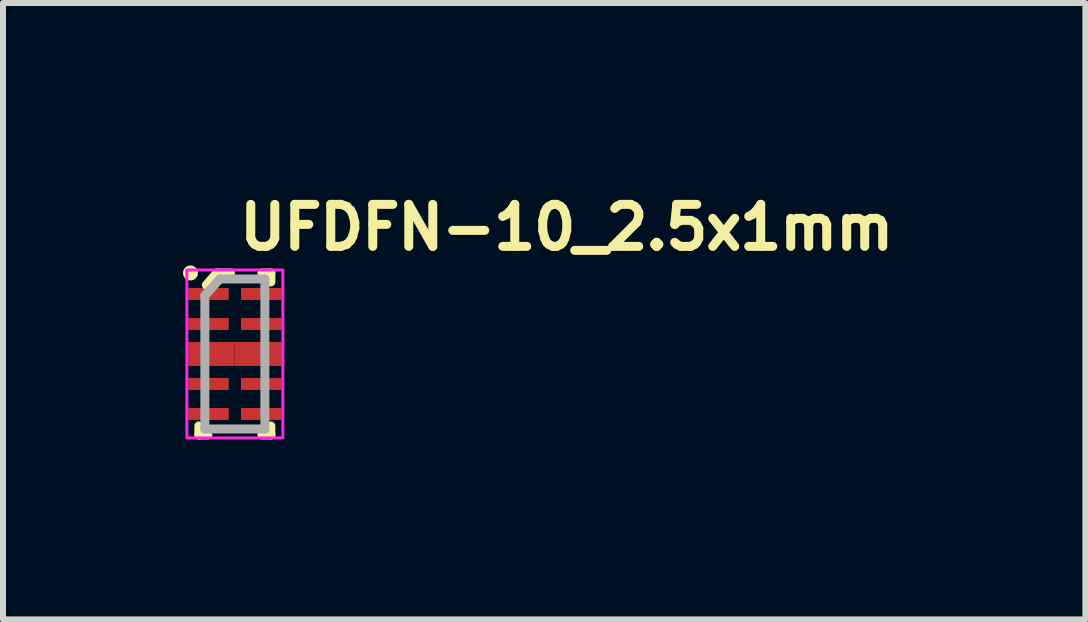
<source format=kicad_pcb>
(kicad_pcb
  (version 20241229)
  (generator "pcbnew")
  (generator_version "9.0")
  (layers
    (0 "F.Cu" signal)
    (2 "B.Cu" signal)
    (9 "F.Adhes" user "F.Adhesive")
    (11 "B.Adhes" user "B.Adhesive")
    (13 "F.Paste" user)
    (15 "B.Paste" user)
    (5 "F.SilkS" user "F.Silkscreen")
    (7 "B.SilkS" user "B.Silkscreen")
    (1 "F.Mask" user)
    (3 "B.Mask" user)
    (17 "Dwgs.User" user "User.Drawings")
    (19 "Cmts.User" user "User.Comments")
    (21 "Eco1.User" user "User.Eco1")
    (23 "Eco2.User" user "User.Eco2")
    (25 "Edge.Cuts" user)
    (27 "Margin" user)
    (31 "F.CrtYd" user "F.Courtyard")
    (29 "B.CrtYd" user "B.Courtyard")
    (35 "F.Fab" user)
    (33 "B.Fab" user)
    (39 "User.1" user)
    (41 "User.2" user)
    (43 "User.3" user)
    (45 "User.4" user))
  (footprint "UFDFN-10_2.5x1mm"
    (layer "F.Cu")
    (at 0.865 2.85)
    (property "Reference" "UFDFN-10_2.5x1mm" (at 0 -1.7 0) (layer "F.SilkS") (effects (font (size 0.7 0.7) (thickness 0.15)) (justify left bottom)))
    (attr smd)
    (fp_line (start -0.6 1.35) (end -0.6 1.2) (stroke (width 0.15) (type solid)) (layer "F.SilkS"))
    (fp_line (start -0.6 1.35) (end -0.45 1.35) (stroke (width 0.15) (type solid)) (layer "F.SilkS"))
    (fp_line (start -0.475 -1.15) (end -0.3 -1.35) (stroke (width 0.15) (type solid)) (layer "F.SilkS"))
    (fp_line (start -0.3 -1.35) (end -0.075 -1.35) (stroke (width 0.15) (type solid)) (layer "F.SilkS"))
    (fp_line (start 0.6 -1.35) (end 0.45 -1.35) (stroke (width 0.15) (type solid)) (layer "F.SilkS"))
    (fp_line (start 0.6 -1.35) (end 0.6 -1.2) (stroke (width 0.15) (type solid)) (layer "F.SilkS"))
    (fp_line (start 0.6 1.35) (end 0.45 1.35) (stroke (width 0.15) (type solid)) (layer "F.SilkS"))
    (fp_line (start 0.6 1.35) (end 0.6 1.2) (stroke (width 0.15) (type solid)) (layer "F.SilkS"))
    (fp_circle (center -0.74 -1.35) (end -0.69 -1.35) (stroke (width 0.15) (type solid)) (fill yes) (layer "F.SilkS"))
    (fp_rect (start 0.8 -1.4) (end -0.8 1.4) (stroke (width 0.05) (type solid)) (fill no) (layer "F.CrtYd"))
    (fp_line (start -0.5 -0.975) (end -0.25 -1.25) (stroke (width 0.15) (type solid)) (layer "F.Fab"))
    (fp_line (start -0.5 1.25) (end -0.5 -0.975) (stroke (width 0.15) (type solid)) (layer "F.Fab"))
    (fp_line (start -0.25 -1.25) (end 0.5 -1.25) (stroke (width 0.15) (type solid)) (layer "F.Fab"))
    (fp_line (start 0.5 -1.25) (end 0.5 1.25) (stroke (width 0.15) (type solid)) (layer "F.Fab"))
    (fp_line (start 0.5 1.25) (end -0.5 1.25) (stroke (width 0.15) (type solid)) (layer "F.Fab"))
    (fp_rect (start 0.502 -1.248) (end -0.507 1.252) (stroke (width 0.1) (type solid)) (fill no) (layer "User.5"))
    (fp_line (start -0.507 -1.095) (end -0.502 -1.095) (stroke (width 0.02) (type solid)) (layer "User.9"))
    (fp_line (start -0.507 -0.899) (end -0.507 -1.095) (stroke (width 0.02) (type solid)) (layer "User.9"))
    (fp_line (start -0.507 -0.899) (end -0.502 -0.899) (stroke (width 0.02) (type solid)) (layer "User.9"))
    (fp_line (start -0.507 -0.591) (end -0.502 -0.591) (stroke (width 0.02) (type solid)) (layer "User.9"))
    (fp_line (start -0.507 -0.405) (end -0.507 -0.591) (stroke (width 0.02) (type solid)) (layer "User.9"))
    (fp_line (start -0.507 -0.405) (end -0.502 -0.405) (stroke (width 0.02) (type solid)) (layer "User.9"))
    (fp_line (start -0.507 -0.198) (end -0.502 -0.198) (stroke (width 0.02) (type solid)) (layer "User.9"))
    (fp_line (start -0.507 0.203) (end -0.507 -0.198) (stroke (width 0.02) (type solid)) (layer "User.9"))
    (fp_line (start -0.507 0.203) (end -0.502 0.203) (stroke (width 0.02) (type solid)) (layer "User.9"))
    (fp_line (start -0.507 0.405) (end -0.502 0.405) (stroke (width 0.02) (type solid)) (layer "User.9"))
    (fp_line (start -0.507 0.601) (end -0.507 0.405) (stroke (width 0.02) (type solid)) (layer "User.9"))
    (fp_line (start -0.507 0.601) (end -0.502 0.601) (stroke (width 0.02) (type solid)) (layer "User.9"))
    (fp_line (start -0.507 0.902) (end -0.502 0.902) (stroke (width 0.02) (type solid)) (layer "User.9"))
    (fp_line (start -0.507 1.103) (end -0.507 0.902) (stroke (width 0.02) (type solid)) (layer "User.9"))
    (fp_line (start -0.507 1.103) (end -0.502 1.103) (stroke (width 0.02) (type solid)) (layer "User.9"))
    (fp_line (start -0.502 -1.24) (end -0.502 -1.24) (stroke (width 0.02) (type solid)) (layer "User.9"))
    (fp_line (start -0.502 -1.24) (end -0.502 -1.24) (stroke (width 0.02) (type solid)) (layer "User.9"))
    (fp_line (start -0.502 -1.24) (end -0.502 -1.24) (stroke (width 0.02) (type solid)) (layer "User.9"))
    (fp_line (start -0.502 -1.24) (end -0.502 -1.238) (stroke (width 0.02) (type solid)) (layer "User.9"))
    (fp_line (start -0.502 -1.238) (end -0.502 -1.238) (stroke (width 0.02) (type solid)) (layer "User.9"))
    (fp_line (start -0.502 -1.238) (end -0.502 -1.238) (stroke (width 0.02) (type solid)) (layer "User.9"))
    (fp_line (start -0.502 -1.238) (end -0.502 -1.238) (stroke (width 0.02) (type solid)) (layer "User.9"))
    (fp_line (start -0.502 -1.238) (end -0.502 -1.236) (stroke (width 0.02) (type solid)) (layer "User.9"))
    (fp_line (start -0.502 -1.236) (end -0.502 -1.236) (stroke (width 0.02) (type solid)) (layer "User.9"))
    (fp_line (start -0.502 -1.236) (end -0.502 -1.236) (stroke (width 0.02) (type solid)) (layer "User.9"))
    (fp_line (start -0.502 -1.236) (end -0.502 -1.236) (stroke (width 0.02) (type solid)) (layer "User.9"))
    (fp_line (start -0.502 -1.236) (end -0.502 -1.236) (stroke (width 0.02) (type solid)) (layer "User.9"))
    (fp_line (start -0.502 -1.236) (end -0.502 -1.234) (stroke (width 0.02) (type solid)) (layer "User.9"))
    (fp_line (start -0.502 -1.234) (end -0.501 -1.234) (stroke (width 0.02) (type solid)) (layer "User.9"))
    (fp_line (start -0.502 1.24) (end -0.502 1.24) (stroke (width 0.02) (type solid)) (layer "User.9"))
    (fp_line (start -0.502 1.24) (end -0.502 1.24) (stroke (width 0.02) (type solid)) (layer "User.9"))
    (fp_line (start -0.502 1.24) (end -0.502 1.24) (stroke (width 0.02) (type solid)) (layer "User.9"))
    (fp_line (start -0.502 1.24) (end -0.502 1.242) (stroke (width 0.02) (type solid)) (layer "User.9"))
    (fp_line (start -0.502 1.242) (end -0.502 1.242) (stroke (width 0.02) (type solid)) (layer "User.9"))
    (fp_line (start -0.502 1.242) (end -0.502 1.242) (stroke (width 0.02) (type solid)) (layer "User.9"))
    (fp_line (start -0.502 1.242) (end -0.502 -1.238) (stroke (width 0.02) (type solid)) (layer "User.9"))
    (fp_line (start -0.502 1.242) (end -0.502 1.242) (stroke (width 0.02) (type solid)) (layer "User.9"))
    (fp_line (start -0.502 1.242) (end -0.502 1.244) (stroke (width 0.02) (type solid)) (layer "User.9"))
    (fp_line (start -0.502 1.244) (end -0.502 1.244) (stroke (width 0.02) (type solid)) (layer "User.9"))
    (fp_line (start -0.502 1.244) (end -0.502 1.244) (stroke (width 0.02) (type solid)) (layer "User.9"))
    (fp_line (start -0.502 1.244) (end -0.502 1.244) (stroke (width 0.02) (type solid)) (layer "User.9"))
    (fp_line (start -0.502 1.244) (end -0.502 1.244) (stroke (width 0.02) (type solid)) (layer "User.9"))
    (fp_line (start -0.502 1.244) (end -0.502 1.246) (stroke (width 0.02) (type solid)) (layer "User.9"))
    (fp_line (start -0.502 1.246) (end -0.501 1.246) (stroke (width 0.02) (type solid)) (layer "User.9"))
    (fp_line (start -0.501 -1.242) (end -0.501 -1.242) (stroke (width 0.02) (type solid)) (layer "User.9"))
    (fp_line (start -0.501 -1.242) (end -0.501 -1.242) (stroke (width 0.02) (type solid)) (layer "User.9"))
    (fp_line (start -0.501 -1.242) (end -0.501 -1.242) (stroke (width 0.02) (type solid)) (layer "User.9"))
    (fp_line (start -0.501 -1.242) (end -0.501 -1.24) (stroke (width 0.02) (type solid)) (layer "User.9"))
    (fp_line (start -0.501 -1.24) (end -0.502 -1.24) (stroke (width 0.02) (type solid)) (layer "User.9"))
    (fp_line (start -0.501 -1.234) (end -0.501 -1.234) (stroke (width 0.02) (type solid)) (layer "User.9"))
    (fp_line (start -0.501 -1.234) (end -0.501 -1.234) (stroke (width 0.02) (type solid)) (layer "User.9"))
    (fp_line (start -0.501 -1.234) (end -0.501 -1.232) (stroke (width 0.02) (type solid)) (layer "User.9"))
    (fp_line (start -0.501 -1.232) (end -0.501 -1.232) (stroke (width 0.02) (type solid)) (layer "User.9"))
    (fp_line (start -0.501 -1.232) (end -0.5 -1.232) (stroke (width 0.02) (type solid)) (layer "User.9"))
    (fp_line (start -0.501 1.238) (end -0.501 1.238) (stroke (width 0.02) (type solid)) (layer "User.9"))
    (fp_line (start -0.501 1.238) (end -0.501 1.238) (stroke (width 0.02) (type solid)) (layer "User.9"))
    (fp_line (start -0.501 1.238) (end -0.501 1.238) (stroke (width 0.02) (type solid)) (layer "User.9"))
    (fp_line (start -0.501 1.238) (end -0.501 1.24) (stroke (width 0.02) (type solid)) (layer "User.9"))
    (fp_line (start -0.501 1.24) (end -0.502 1.24) (stroke (width 0.02) (type solid)) (layer "User.9"))
    (fp_line (start -0.501 1.246) (end -0.501 1.246) (stroke (width 0.02) (type solid)) (layer "User.9"))
    (fp_line (start -0.501 1.246) (end -0.501 1.246) (stroke (width 0.02) (type solid)) (layer "User.9"))
    (fp_line (start -0.501 1.246) (end -0.501 1.248) (stroke (width 0.02) (type solid)) (layer "User.9"))
    (fp_line (start -0.501 1.248) (end -0.501 1.248) (stroke (width 0.02) (type solid)) (layer "User.9"))
    (fp_line (start -0.501 1.248) (end -0.5 1.248) (stroke (width 0.02) (type solid)) (layer "User.9"))
    (fp_line (start -0.5 -1.244) (end -0.501 -1.242) (stroke (width 0.02) (type solid)) (layer "User.9"))
    (fp_line (start -0.5 -1.244) (end -0.5 -1.244) (stroke (width 0.02) (type solid)) (layer "User.9"))
    (fp_line (start -0.5 -1.244) (end -0.5 -1.244) (stroke (width 0.02) (type solid)) (layer "User.9"))
    (fp_line (start -0.5 -1.232) (end -0.5 -1.232) (stroke (width 0.02) (type solid)) (layer "User.9"))
    (fp_line (start -0.5 -1.232) (end -0.5 -1.232) (stroke (width 0.02) (type solid)) (layer "User.9"))
    (fp_line (start -0.5 -1.232) (end -0.499 -1.23) (stroke (width 0.02) (type solid)) (layer "User.9"))
    (fp_line (start -0.5 1.236) (end -0.501 1.238) (stroke (width 0.02) (type solid)) (layer "User.9"))
    (fp_line (start -0.5 1.236) (end -0.5 1.236) (stroke (width 0.02) (type solid)) (layer "User.9"))
    (fp_line (start -0.5 1.236) (end -0.5 1.236) (stroke (width 0.02) (type solid)) (layer "User.9"))
    (fp_line (start -0.5 1.248) (end -0.5 1.248) (stroke (width 0.02) (type solid)) (layer "User.9"))
    (fp_line (start -0.5 1.248) (end -0.5 1.248) (stroke (width 0.02) (type solid)) (layer "User.9"))
    (fp_line (start -0.5 1.248) (end -0.499 1.25) (stroke (width 0.02) (type solid)) (layer "User.9"))
    (fp_line (start -0.499 -1.244) (end -0.5 -1.244) (stroke (width 0.02) (type solid)) (layer "User.9"))
    (fp_line (start -0.499 -1.244) (end -0.499 -1.244) (stroke (width 0.02) (type solid)) (layer "User.9"))
    (fp_line (start -0.499 -1.244) (end -0.499 -1.244) (stroke (width 0.02) (type solid)) (layer "User.9"))
    (fp_line (start -0.499 -1.23) (end -0.499 -1.23) (stroke (width 0.02) (type solid)) (layer "User.9"))
    (fp_line (start -0.499 -1.23) (end -0.499 -1.23) (stroke (width 0.02) (type solid)) (layer "User.9"))
    (fp_line (start -0.499 -1.23) (end -0.498 -1.23) (stroke (width 0.02) (type solid)) (layer "User.9"))
    (fp_line (start -0.499 1.236) (end -0.5 1.236) (stroke (width 0.02) (type solid)) (layer "User.9"))
    (fp_line (start -0.499 1.236) (end -0.499 1.236) (stroke (width 0.02) (type solid)) (layer "User.9"))
    (fp_line (start -0.499 1.236) (end -0.499 1.236) (stroke (width 0.02) (type solid)) (layer "User.9"))
    (fp_line (start -0.499 1.25) (end -0.499 1.25) (stroke (width 0.02) (type solid)) (layer "User.9"))
    (fp_line (start -0.499 1.25) (end -0.499 1.25) (stroke (width 0.02) (type solid)) (layer "User.9"))
    (fp_line (start -0.499 1.25) (end -0.498 1.25) (stroke (width 0.02) (type solid)) (layer "User.9"))
    (fp_line (start -0.498 -1.246) (end -0.499 -1.244) (stroke (width 0.02) (type solid)) (layer "User.9"))
    (fp_line (start -0.498 -1.246) (end -0.498 -1.246) (stroke (width 0.02) (type solid)) (layer "User.9"))
    (fp_line (start -0.498 -1.246) (end -0.498 -1.246) (stroke (width 0.02) (type solid)) (layer "User.9"))
    (fp_line (start -0.498 -1.23) (end -0.498 -1.23) (stroke (width 0.02) (type solid)) (layer "User.9"))
    (fp_line (start -0.498 -1.23) (end -0.498 -1.23) (stroke (width 0.02) (type solid)) (layer "User.9"))
    (fp_line (start -0.498 -1.23) (end -0.497 -1.228) (stroke (width 0.02) (type solid)) (layer "User.9"))
    (fp_line (start -0.498 1.234) (end -0.499 1.236) (stroke (width 0.02) (type solid)) (layer "User.9"))
    (fp_line (start -0.498 1.234) (end -0.498 1.234) (stroke (width 0.02) (type solid)) (layer "User.9"))
    (fp_line (start -0.498 1.234) (end -0.498 1.234) (stroke (width 0.02) (type solid)) (layer "User.9"))
    (fp_line (start -0.498 1.25) (end -0.498 1.25) (stroke (width 0.02) (type solid)) (layer "User.9"))
    (fp_line (start -0.498 1.25) (end -0.498 1.25) (stroke (width 0.02) (type solid)) (layer "User.9"))
    (fp_line (start -0.498 1.25) (end -0.497 1.252) (stroke (width 0.02) (type solid)) (layer "User.9"))
    (fp_line (start -0.497 -1.246) (end -0.498 -1.246) (stroke (width 0.02) (type solid)) (layer "User.9"))
    (fp_line (start -0.497 -1.246) (end -0.497 -1.246) (stroke (width 0.02) (type solid)) (layer "User.9"))
    (fp_line (start -0.497 -1.228) (end -0.497 -1.228) (stroke (width 0.02) (type solid)) (layer "User.9"))
    (fp_line (start -0.497 -1.228) (end -0.496 -1.228) (stroke (width 0.02) (type solid)) (layer "User.9"))
    (fp_line (start -0.497 1.234) (end -0.498 1.234) (stroke (width 0.02) (type solid)) (layer "User.9"))
    (fp_line (start -0.497 1.234) (end -0.497 1.234) (stroke (width 0.02) (type solid)) (layer "User.9"))
    (fp_line (start -0.497 1.252) (end -0.497 1.252) (stroke (width 0.02) (type solid)) (layer "User.9"))
    (fp_line (start -0.497 1.252) (end -0.496 1.252) (stroke (width 0.02) (type solid)) (layer "User.9"))
    (fp_line (start -0.496 -1.246) (end -0.497 -1.246) (stroke (width 0.02) (type solid)) (layer "User.9"))
    (fp_line (start -0.496 -1.246) (end -0.496 -1.246) (stroke (width 0.02) (type solid)) (layer "User.9"))
    (fp_line (start -0.496 -1.228) (end -0.496 -1.228) (stroke (width 0.02) (type solid)) (layer "User.9"))
    (fp_line (start -0.496 -1.228) (end -0.495 -1.228) (stroke (width 0.02) (type solid)) (layer "User.9"))
    (fp_line (start -0.496 1.234) (end -0.497 1.234) (stroke (width 0.02) (type solid)) (layer "User.9"))
    (fp_line (start -0.496 1.234) (end -0.496 1.234) (stroke (width 0.02) (type solid)) (layer "User.9"))
    (fp_line (start -0.496 1.252) (end -0.496 1.252) (stroke (width 0.02) (type solid)) (layer "User.9"))
    (fp_line (start -0.496 1.252) (end -0.495 1.252) (stroke (width 0.02) (type solid)) (layer "User.9"))
    (fp_line (start -0.495 -1.248) (end -0.495 -1.246) (stroke (width 0.02) (type solid)) (layer "User.9"))
    (fp_line (start -0.495 -1.246) (end -0.496 -1.246) (stroke (width 0.02) (type solid)) (layer "User.9"))
    (fp_line (start -0.495 -1.228) (end -0.495 -1.228) (stroke (width 0.02) (type solid)) (layer "User.9"))
    (fp_line (start -0.495 -1.228) (end -0.494 -1.228) (stroke (width 0.02) (type solid)) (layer "User.9"))
    (fp_line (start -0.495 1.232) (end -0.495 1.234) (stroke (width 0.02) (type solid)) (layer "User.9"))
    (fp_line (start -0.495 1.234) (end -0.496 1.234) (stroke (width 0.02) (type solid)) (layer "User.9"))
    (fp_line (start -0.495 1.252) (end -0.495 1.252) (stroke (width 0.02) (type solid)) (layer "User.9"))
    (fp_line (start -0.495 1.252) (end -0.494 1.252) (stroke (width 0.02) (type solid)) (layer "User.9"))
    (fp_line (start -0.494 -1.248) (end -0.495 -1.248) (stroke (width 0.02) (type solid)) (layer "User.9"))
    (fp_line (start -0.494 -1.248) (end -0.494 -1.248) (stroke (width 0.02) (type solid)) (layer "User.9"))
    (fp_line (start -0.494 -1.248) (end -0.494 -1.248) (stroke (width 0.02) (type solid)) (layer "User.9"))
    (fp_line (start -0.494 -1.228) (end -0.494 -1.228) (stroke (width 0.02) (type solid)) (layer "User.9"))
    (fp_line (start -0.494 -1.228) (end -0.494 -1.228) (stroke (width 0.02) (type solid)) (layer "User.9"))
    (fp_line (start -0.494 -1.228) (end -0.493 -1.228) (stroke (width 0.02) (type solid)) (layer "User.9"))
    (fp_line (start -0.494 1.232) (end -0.495 1.232) (stroke (width 0.02) (type solid)) (layer "User.9"))
    (fp_line (start -0.494 1.232) (end -0.494 1.232) (stroke (width 0.02) (type solid)) (layer "User.9"))
    (fp_line (start -0.494 1.232) (end -0.494 1.232) (stroke (width 0.02) (type solid)) (layer "User.9"))
    (fp_line (start -0.494 1.252) (end -0.494 1.252) (stroke (width 0.02) (type solid)) (layer "User.9"))
    (fp_line (start -0.494 1.252) (end -0.494 1.252) (stroke (width 0.02) (type solid)) (layer "User.9"))
    (fp_line (start -0.494 1.252) (end -0.493 1.252) (stroke (width 0.02) (type solid)) (layer "User.9"))
    (fp_line (start -0.493 -1.248) (end -0.494 -1.248) (stroke (width 0.02) (type solid)) (layer "User.9"))
    (fp_line (start -0.493 -1.248) (end -0.493 -1.248) (stroke (width 0.02) (type solid)) (layer "User.9"))
    (fp_line (start -0.493 -1.228) (end -0.493 -1.228) (stroke (width 0.02) (type solid)) (layer "User.9"))
    (fp_line (start -0.493 -1.228) (end -0.492 -1.228) (stroke (width 0.02) (type solid)) (layer "User.9"))
    (fp_line (start -0.493 1.232) (end -0.494 1.232) (stroke (width 0.02) (type solid)) (layer "User.9"))
    (fp_line (start -0.493 1.232) (end -0.493 1.232) (stroke (width 0.02) (type solid)) (layer "User.9"))
    (fp_line (start -0.493 1.252) (end -0.493 1.252) (stroke (width 0.02) (type solid)) (layer "User.9"))
    (fp_line (start -0.493 1.252) (end -0.492 1.252) (stroke (width 0.02) (type solid)) (layer "User.9"))
    (fp_line (start -0.492 -1.248) (end -0.493 -1.248) (stroke (width 0.02) (type solid)) (layer "User.9"))
    (fp_line (start -0.492 -1.248) (end -0.492 -1.248) (stroke (width 0.02) (type solid)) (layer "User.9"))
    (fp_line (start -0.492 -1.248) (end 0.487 -1.248) (stroke (width 0.02) (type solid)) (layer "User.9"))
    (fp_line (start -0.492 -1.228) (end -0.492 -1.228) (stroke (width 0.02) (type solid)) (layer "User.9"))
    (fp_line (start -0.492 -1.228) (end -0.492 -1.228) (stroke (width 0.02) (type solid)) (layer "User.9"))
    (fp_line (start -0.492 -1.228) (end -0.491 -1.228) (stroke (width 0.02) (type solid)) (layer "User.9"))
    (fp_line (start -0.492 1.232) (end -0.493 1.232) (stroke (width 0.02) (type solid)) (layer "User.9"))
    (fp_line (start -0.492 1.232) (end -0.492 1.232) (stroke (width 0.02) (type solid)) (layer "User.9"))
    (fp_line (start -0.492 1.252) (end -0.492 1.252) (stroke (width 0.02) (type solid)) (layer "User.9"))
    (fp_line (start -0.492 1.252) (end -0.492 1.252) (stroke (width 0.02) (type solid)) (layer "User.9"))
    (fp_line (start -0.492 1.252) (end -0.491 1.252) (stroke (width 0.02) (type solid)) (layer "User.9"))
    (fp_line (start -0.491 -1.248) (end -0.492 -1.248) (stroke (width 0.02) (type solid)) (layer "User.9"))
    (fp_line (start -0.491 -1.248) (end -0.491 -1.248) (stroke (width 0.02) (type solid)) (layer "User.9"))
    (fp_line (start -0.491 -1.228) (end -0.491 -1.228) (stroke (width 0.02) (type solid)) (layer "User.9"))
    (fp_line (start -0.491 -1.228) (end -0.49 -1.228) (stroke (width 0.02) (type solid)) (layer "User.9"))
    (fp_line (start -0.491 1.232) (end -0.492 1.232) (stroke (width 0.02) (type solid)) (layer "User.9"))
    (fp_line (start -0.491 1.232) (end -0.491 1.232) (stroke (width 0.02) (type solid)) (layer "User.9"))
    (fp_line (start -0.491 1.252) (end -0.491 1.252) (stroke (width 0.02) (type solid)) (layer "User.9"))
    (fp_line (start -0.491 1.252) (end -0.49 1.252) (stroke (width 0.02) (type solid)) (layer "User.9"))
    (fp_line (start -0.49 -1.248) (end -0.491 -1.248) (stroke (width 0.02) (type solid)) (layer "User.9"))
    (fp_line (start -0.49 -1.248) (end -0.49 -1.248) (stroke (width 0.02) (type solid)) (layer "User.9"))
    (fp_line (start -0.49 -1.248) (end -0.49 -1.248) (stroke (width 0.02) (type solid)) (layer "User.9"))
    (fp_line (start -0.49 -1.228) (end -0.49 -1.228) (stroke (width 0.02) (type solid)) (layer "User.9"))
    (fp_line (start -0.49 -1.228) (end -0.49 -1.228) (stroke (width 0.02) (type solid)) (layer "User.9"))
    (fp_line (start -0.49 -1.228) (end -0.489 -1.228) (stroke (width 0.02) (type solid)) (layer "User.9"))
    (fp_line (start -0.49 1.232) (end -0.491 1.232) (stroke (width 0.02) (type solid)) (layer "User.9"))
    (fp_line (start -0.49 1.232) (end -0.49 1.232) (stroke (width 0.02) (type solid)) (layer "User.9"))
    (fp_line (start -0.49 1.232) (end -0.49 1.232) (stroke (width 0.02) (type solid)) (layer "User.9"))
    (fp_line (start -0.49 1.252) (end -0.49 1.252) (stroke (width 0.02) (type solid)) (layer "User.9"))
    (fp_line (start -0.49 1.252) (end -0.49 1.252) (stroke (width 0.02) (type solid)) (layer "User.9"))
    (fp_line (start -0.49 1.252) (end -0.489 1.252) (stroke (width 0.02) (type solid)) (layer "User.9"))
    (fp_line (start -0.489 -1.248) (end -0.49 -1.248) (stroke (width 0.02) (type solid)) (layer "User.9"))
    (fp_line (start -0.489 -1.246) (end -0.489 -1.248) (stroke (width 0.02) (type solid)) (layer "User.9"))
    (fp_line (start -0.489 -1.228) (end -0.488 -1.228) (stroke (width 0.02) (type solid)) (layer "User.9"))
    (fp_line (start -0.489 -1.228) (end -0.489 -1.228) (stroke (width 0.02) (type solid)) (layer "User.9"))
    (fp_line (start -0.489 1.232) (end -0.49 1.232) (stroke (width 0.02) (type solid)) (layer "User.9"))
    (fp_line (start -0.489 1.234) (end -0.489 1.232) (stroke (width 0.02) (type solid)) (layer "User.9"))
    (fp_line (start -0.489 1.252) (end -0.488 1.252) (stroke (width 0.02) (type solid)) (layer "User.9"))
    (fp_line (start -0.489 1.252) (end -0.489 1.252) (stroke (width 0.02) (type solid)) (layer "User.9"))
    (fp_line (start -0.488 -1.246) (end -0.489 -1.246) (stroke (width 0.02) (type solid)) (layer "User.9"))
    (fp_line (start -0.488 -1.246) (end -0.488 -1.246) (stroke (width 0.02) (type solid)) (layer "User.9"))
    (fp_line (start -0.488 -1.228) (end -0.488 -1.228) (stroke (width 0.02) (type solid)) (layer "User.9"))
    (fp_line (start -0.488 -1.228) (end -0.487 -1.228) (stroke (width 0.02) (type solid)) (layer "User.9"))
    (fp_line (start -0.488 1.234) (end -0.489 1.234) (stroke (width 0.02) (type solid)) (layer "User.9"))
    (fp_line (start -0.488 1.234) (end -0.488 1.234) (stroke (width 0.02) (type solid)) (layer "User.9"))
    (fp_line (start -0.488 1.252) (end -0.488 1.252) (stroke (width 0.02) (type solid)) (layer "User.9"))
    (fp_line (start -0.488 1.252) (end -0.487 1.252) (stroke (width 0.02) (type solid)) (layer "User.9"))
    (fp_line (start -0.487 -1.246) (end -0.488 -1.246) (stroke (width 0.02) (type solid)) (layer "User.9"))
    (fp_line (start -0.487 -1.246) (end -0.487 -1.246) (stroke (width 0.02) (type solid)) (layer "User.9"))
    (fp_line (start -0.487 -1.228) (end -0.487 -1.228) (stroke (width 0.02) (type solid)) (layer "User.9"))
    (fp_line (start -0.487 -1.228) (end -0.486 -1.23) (stroke (width 0.02) (type solid)) (layer "User.9"))
    (fp_line (start -0.487 1.234) (end -0.488 1.234) (stroke (width 0.02) (type solid)) (layer "User.9"))
    (fp_line (start -0.487 1.234) (end -0.487 1.234) (stroke (width 0.02) (type solid)) (layer "User.9"))
    (fp_line (start -0.487 1.252) (end -0.487 1.252) (stroke (width 0.02) (type solid)) (layer "User.9"))
    (fp_line (start -0.487 1.252) (end -0.486 1.25) (stroke (width 0.02) (type solid)) (layer "User.9"))
    (fp_line (start -0.486 -1.246) (end -0.487 -1.246) (stroke (width 0.02) (type solid)) (layer "User.9"))
    (fp_line (start -0.486 -1.246) (end -0.486 -1.246) (stroke (width 0.02) (type solid)) (layer "User.9"))
    (fp_line (start -0.486 -1.246) (end -0.486 -1.246) (stroke (width 0.02) (type solid)) (layer "User.9"))
    (fp_line (start -0.486 -1.23) (end -0.486 -1.23) (stroke (width 0.02) (type solid)) (layer "User.9"))
    (fp_line (start -0.486 -1.23) (end -0.486 -1.23) (stroke (width 0.02) (type solid)) (layer "User.9"))
    (fp_line (start -0.486 -1.23) (end -0.485 -1.23) (stroke (width 0.02) (type solid)) (layer "User.9"))
    (fp_line (start -0.486 1.234) (end -0.487 1.234) (stroke (width 0.02) (type solid)) (layer "User.9"))
    (fp_line (start -0.486 1.234) (end -0.486 1.234) (stroke (width 0.02) (type solid)) (layer "User.9"))
    (fp_line (start -0.486 1.234) (end -0.486 1.234) (stroke (width 0.02) (type solid)) (layer "User.9"))
    (fp_line (start -0.486 1.25) (end -0.486 1.25) (stroke (width 0.02) (type solid)) (layer "User.9"))
    (fp_line (start -0.486 1.25) (end -0.486 1.25) (stroke (width 0.02) (type solid)) (layer "User.9"))
    (fp_line (start -0.486 1.25) (end -0.485 1.25) (stroke (width 0.02) (type solid)) (layer "User.9"))
    (fp_line (start -0.485 -1.244) (end -0.486 -1.246) (stroke (width 0.02) (type solid)) (layer "User.9"))
    (fp_line (start -0.485 -1.244) (end -0.485 -1.244) (stroke (width 0.02) (type solid)) (layer "User.9"))
    (fp_line (start -0.485 -1.244) (end -0.485 -1.244) (stroke (width 0.02) (type solid)) (layer "User.9"))
    (fp_line (start -0.485 -1.23) (end -0.485 -1.23) (stroke (width 0.02) (type solid)) (layer "User.9"))
    (fp_line (start -0.485 -1.23) (end -0.485 -1.23) (stroke (width 0.02) (type solid)) (layer "User.9"))
    (fp_line (start -0.485 -1.23) (end -0.484 -1.232) (stroke (width 0.02) (type solid)) (layer "User.9"))
    (fp_line (start -0.485 1.236) (end -0.486 1.234) (stroke (width 0.02) (type solid)) (layer "User.9"))
    (fp_line (start -0.485 1.236) (end -0.485 1.236) (stroke (width 0.02) (type solid)) (layer "User.9"))
    (fp_line (start -0.485 1.236) (end -0.485 1.236) (stroke (width 0.02) (type solid)) (layer "User.9"))
    (fp_line (start -0.485 1.25) (end -0.485 1.25) (stroke (width 0.02) (type solid)) (layer "User.9"))
    (fp_line (start -0.485 1.25) (end -0.485 1.25) (stroke (width 0.02) (type solid)) (layer "User.9"))
    (fp_line (start -0.485 1.25) (end -0.484 1.248) (stroke (width 0.02) (type solid)) (layer "User.9"))
    (fp_line (start -0.484 -1.244) (end -0.485 -1.244) (stroke (width 0.02) (type solid)) (layer "User.9"))
    (fp_line (start -0.484 -1.244) (end -0.484 -1.244) (stroke (width 0.02) (type solid)) (layer "User.9"))
    (fp_line (start -0.484 -1.244) (end -0.484 -1.244) (stroke (width 0.02) (type solid)) (layer "User.9"))
    (fp_line (start -0.484 -1.232) (end -0.484 -1.232) (stroke (width 0.02) (type solid)) (layer "User.9"))
    (fp_line (start -0.484 -1.232) (end -0.484 -1.232) (stroke (width 0.02) (type solid)) (layer "User.9"))
    (fp_line (start -0.484 -1.232) (end -0.483 -1.232) (stroke (width 0.02) (type solid)) (layer "User.9"))
    (fp_line (start -0.484 1.236) (end -0.485 1.236) (stroke (width 0.02) (type solid)) (layer "User.9"))
    (fp_line (start -0.484 1.236) (end -0.484 1.236) (stroke (width 0.02) (type solid)) (layer "User.9"))
    (fp_line (start -0.484 1.236) (end -0.484 1.236) (stroke (width 0.02) (type solid)) (layer "User.9"))
    (fp_line (start -0.484 1.248) (end -0.484 1.248) (stroke (width 0.02) (type solid)) (layer "User.9"))
    (fp_line (start -0.484 1.248) (end -0.484 1.248) (stroke (width 0.02) (type solid)) (layer "User.9"))
    (fp_line (start -0.484 1.248) (end -0.483 1.248) (stroke (width 0.02) (type solid)) (layer "User.9"))
    (fp_line (start -0.483 -1.242) (end -0.484 -1.244) (stroke (width 0.02) (type solid)) (layer "User.9"))
    (fp_line (start -0.483 -1.242) (end -0.483 -1.242) (stroke (width 0.02) (type solid)) (layer "User.9"))
    (fp_line (start -0.483 -1.242) (end -0.483 -1.242) (stroke (width 0.02) (type solid)) (layer "User.9"))
    (fp_line (start -0.483 -1.242) (end -0.483 -1.242) (stroke (width 0.02) (type solid)) (layer "User.9"))
    (fp_line (start -0.483 -1.24) (end -0.483 -1.242) (stroke (width 0.02) (type solid)) (layer "User.9"))
    (fp_line (start -0.483 -1.234) (end -0.482 -1.234) (stroke (width 0.02) (type solid)) (layer "User.9"))
    (fp_line (start -0.483 -1.234) (end -0.483 -1.234) (stroke (width 0.02) (type solid)) (layer "User.9"))
    (fp_line (start -0.483 -1.234) (end -0.483 -1.234) (stroke (width 0.02) (type solid)) (layer "User.9"))
    (fp_line (start -0.483 -1.232) (end -0.483 -1.234) (stroke (width 0.02) (type solid)) (layer "User.9"))
    (fp_line (start -0.483 -1.232) (end -0.483 -1.232) (stroke (width 0.02) (type solid)) (layer "User.9"))
    (fp_line (start -0.483 1.238) (end -0.484 1.236) (stroke (width 0.02) (type solid)) (layer "User.9"))
    (fp_line (start -0.483 1.238) (end -0.483 1.238) (stroke (width 0.02) (type solid)) (layer "User.9"))
    (fp_line (start -0.483 1.238) (end -0.483 1.238) (stroke (width 0.02) (type solid)) (layer "User.9"))
    (fp_line (start -0.483 1.238) (end -0.483 1.238) (stroke (width 0.02) (type solid)) (layer "User.9"))
    (fp_line (start -0.483 1.24) (end -0.483 1.238) (stroke (width 0.02) (type solid)) (layer "User.9"))
    (fp_line (start -0.483 1.246) (end -0.482 1.246) (stroke (width 0.02) (type solid)) (layer "User.9"))
    (fp_line (start -0.483 1.246) (end -0.483 1.246) (stroke (width 0.02) (type solid)) (layer "User.9"))
    (fp_line (start -0.483 1.246) (end -0.483 1.246) (stroke (width 0.02) (type solid)) (layer "User.9"))
    (fp_line (start -0.483 1.248) (end -0.483 1.246) (stroke (width 0.02) (type solid)) (layer "User.9"))
    (fp_line (start -0.483 1.248) (end -0.483 1.248) (stroke (width 0.02) (type solid)) (layer "User.9"))
    (fp_line (start -0.482 -1.24) (end -0.483 -1.24) (stroke (width 0.02) (type solid)) (layer "User.9"))
    (fp_line (start -0.482 -1.24) (end -0.482 -1.24) (stroke (width 0.02) (type solid)) (layer "User.9"))
    (fp_line (start -0.482 -1.24) (end -0.482 -1.24) (stroke (width 0.02) (type solid)) (layer "User.9"))
    (fp_line (start -0.482 -1.24) (end -0.482 -1.24) (stroke (width 0.02) (type solid)) (layer "User.9"))
    (fp_line (start -0.482 -1.238) (end -0.482 -1.24) (stroke (width 0.02) (type solid)) (layer "User.9"))
    (fp_line (start -0.482 -1.238) (end -0.482 -1.238) (stroke (width 0.02) (type solid)) (layer "User.9"))
    (fp_line (start -0.482 -1.238) (end -0.482 -1.238) (stroke (width 0.02) (type solid)) (layer "User.9"))
    (fp_line (start -0.482 -1.238) (end -0.482 -1.238) (stroke (width 0.02) (type solid)) (layer "User.9"))
    (fp_line (start -0.482 -1.236) (end -0.482 -1.238) (stroke (width 0.02) (type solid)) (layer "User.9"))
    (fp_line (start -0.482 -1.236) (end -0.482 -1.236) (stroke (width 0.02) (type solid)) (layer "User.9"))
    (fp_line (start -0.482 -1.236) (end -0.482 -1.236) (stroke (width 0.02) (type solid)) (layer "User.9"))
    (fp_line (start -0.482 -1.236) (end -0.482 -1.236) (stroke (width 0.02) (type solid)) (layer "User.9"))
    (fp_line (start -0.482 -1.236) (end -0.482 -1.236) (stroke (width 0.02) (type solid)) (layer "User.9"))
    (fp_line (start -0.482 -1.234) (end -0.482 -1.236) (stroke (width 0.02) (type solid)) (layer "User.9"))
    (fp_line (start -0.482 1.24) (end -0.483 1.24) (stroke (width 0.02) (type solid)) (layer "User.9"))
    (fp_line (start -0.482 1.24) (end -0.482 1.24) (stroke (width 0.02) (type solid)) (layer "User.9"))
    (fp_line (start -0.482 1.24) (end -0.482 1.24) (stroke (width 0.02) (type solid)) (layer "User.9"))
    (fp_line (start -0.482 1.24) (end -0.482 1.24) (stroke (width 0.02) (type solid)) (layer "User.9"))
    (fp_line (start -0.482 1.242) (end -0.482 1.24) (stroke (width 0.02) (type solid)) (layer "User.9"))
    (fp_line (start -0.482 1.242) (end -0.482 1.242) (stroke (width 0.02) (type solid)) (layer "User.9"))
    (fp_line (start -0.482 1.242) (end -0.482 1.242) (stroke (width 0.02) (type solid)) (layer "User.9"))
    (fp_line (start -0.482 1.242) (end -0.482 1.242) (stroke (width 0.02) (type solid)) (layer "User.9"))
    (fp_line (start -0.482 1.244) (end -0.482 1.242) (stroke (width 0.02) (type solid)) (layer "User.9"))
    (fp_line (start -0.482 1.244) (end -0.482 1.244) (stroke (width 0.02) (type solid)) (layer "User.9"))
    (fp_line (start -0.482 1.244) (end -0.482 1.244) (stroke (width 0.02) (type solid)) (layer "User.9"))
    (fp_line (start -0.482 1.244) (end -0.482 1.244) (stroke (width 0.02) (type solid)) (layer "User.9"))
    (fp_line (start -0.482 1.244) (end -0.482 1.244) (stroke (width 0.02) (type solid)) (layer "User.9"))
    (fp_line (start -0.482 1.246) (end -0.482 1.244) (stroke (width 0.02) (type solid)) (layer "User.9"))
    (fp_line (start -0.429 -1.081) (end -0.429 -1.077) (stroke (width 0.02) (type solid)) (layer "User.9"))
    (fp_line (start -0.429 -1.077) (end -0.429 -1.075) (stroke (width 0.02) (type solid)) (layer "User.9"))
    (fp_line (start -0.429 -1.075) (end -0.429 -1.069) (stroke (width 0.02) (type solid)) (layer "User.9"))
    (fp_line (start -0.429 -1.069) (end -0.428 -1.065) (stroke (width 0.02) (type solid)) (layer "User.9"))
    (fp_line (start -0.428 -1.089) (end -0.428 -1.085) (stroke (width 0.02) (type solid)) (layer "User.9"))
    (fp_line (start -0.428 -1.085) (end -0.428 -1.083) (stroke (width 0.02) (type solid)) (layer "User.9"))
    (fp_line (start -0.428 -1.083) (end -0.429 -1.081) (stroke (width 0.02) (type solid)) (layer "User.9"))
    (fp_line (start -0.428 -1.065) (end -0.427 -1.058) (stroke (width 0.02) (type solid)) (layer "User.9"))
    (fp_line (start -0.427 -1.093) (end -0.427 -1.091) (stroke (width 0.02) (type solid)) (layer "User.9"))
    (fp_line (start -0.427 -1.091) (end -0.428 -1.089) (stroke (width 0.02) (type solid)) (layer "User.9"))
    (fp_line (start -0.427 -1.058) (end -0.426 -1.054) (stroke (width 0.02) (type solid)) (layer "User.9"))
    (fp_line (start -0.426 -1.097) (end -0.427 -1.093) (stroke (width 0.02) (type solid)) (layer "User.9"))
    (fp_line (start -0.426 -1.054) (end -0.424 -1.048) (stroke (width 0.02) (type solid)) (layer "User.9"))
    (fp_line (start -0.425 -1.099) (end -0.426 -1.097) (stroke (width 0.02) (type solid)) (layer "User.9"))
    (fp_line (start -0.424 -1.101) (end -0.425 -1.099) (stroke (width 0.02) (type solid)) (layer "User.9"))
    (fp_line (start -0.424 -1.048) (end -0.423 -1.044) (stroke (width 0.02) (type solid)) (layer "User.9"))
    (fp_line (start -0.423 -1.107) (end -0.423 -1.105) (stroke (width 0.02) (type solid)) (layer "User.9"))
    (fp_line (start -0.423 -1.105) (end -0.424 -1.101) (stroke (width 0.02) (type solid)) (layer "User.9"))
    (fp_line (start -0.423 -1.044) (end -0.42 -1.038) (stroke (width 0.02) (type solid)) (layer "User.9"))
    (fp_line (start -0.421 -1.109) (end -0.423 -1.107) (stroke (width 0.02) (type solid)) (layer "User.9"))
    (fp_line (start -0.42 -1.111) (end -0.421 -1.109) (stroke (width 0.02) (type solid)) (layer "User.9"))
    (fp_line (start -0.42 -1.038) (end -0.418 -1.034) (stroke (width 0.02) (type solid)) (layer "User.9"))
    (fp_line (start -0.419 -1.113) (end -0.42 -1.111) (stroke (width 0.02) (type solid)) (layer "User.9"))
    (fp_line (start -0.418 -1.117) (end -0.419 -1.113) (stroke (width 0.02) (type solid)) (layer "User.9"))
    (fp_line (start -0.418 -1.034) (end -0.415 -1.03) (stroke (width 0.02) (type solid)) (layer "User.9"))
    (fp_line (start -0.416 -1.119) (end -0.418 -1.117) (stroke (width 0.02) (type solid)) (layer "User.9"))
    (fp_line (start -0.415 -1.121) (end -0.416 -1.119) (stroke (width 0.02) (type solid)) (layer "User.9"))
    (fp_line (start -0.415 -1.03) (end -0.412 -1.026) (stroke (width 0.02) (type solid)) (layer "User.9"))
    (fp_line (start -0.414 -1.123) (end -0.415 -1.121) (stroke (width 0.02) (type solid)) (layer "User.9"))
    (fp_line (start -0.412 -1.125) (end -0.414 -1.123) (stroke (width 0.02) (type solid)) (layer "User.9"))
    (fp_line (start -0.412 -1.026) (end -0.409 -1.022) (stroke (width 0.02) (type solid)) (layer "User.9"))
    (fp_line (start -0.41 -1.127) (end -0.412 -1.125) (stroke (width 0.02) (type solid)) (layer "User.9"))
    (fp_line (start -0.409 -1.129) (end -0.41 -1.127) (stroke (width 0.02) (type solid)) (layer "User.9"))
    (fp_line (start -0.409 -1.022) (end -0.406 -1.018) (stroke (width 0.02) (type solid)) (layer "User.9"))
    (fp_line (start -0.407 -1.131) (end -0.409 -1.129) (stroke (width 0.02) (type solid)) (layer "User.9"))
    (fp_line (start -0.406 -1.133) (end -0.407 -1.131) (stroke (width 0.02) (type solid)) (layer "User.9"))
    (fp_line (start -0.406 -1.018) (end -0.402 -1.014) (stroke (width 0.02) (type solid)) (layer "User.9"))
    (fp_line (start -0.404 -1.135) (end -0.406 -1.133) (stroke (width 0.02) (type solid)) (layer "User.9"))
    (fp_line (start -0.402 -1.137) (end -0.404 -1.135) (stroke (width 0.02) (type solid)) (layer "User.9"))
    (fp_line (start -0.402 -1.014) (end -0.398 -1.01) (stroke (width 0.02) (type solid)) (layer "User.9"))
    (fp_line (start -0.4 -1.139) (end -0.402 -1.137) (stroke (width 0.02) (type solid)) (layer "User.9"))
    (fp_line (start -0.398 -1.139) (end -0.4 -1.139) (stroke (width 0.02) (type solid)) (layer "User.9"))
    (fp_line (start -0.398 -1.01) (end -0.393 -1.008) (stroke (width 0.02) (type solid)) (layer "User.9"))
    (fp_line (start -0.396 -1.141) (end -0.398 -1.139) (stroke (width 0.02) (type solid)) (layer "User.9"))
    (fp_line (start -0.393 -1.143) (end -0.396 -1.141) (stroke (width 0.02) (type solid)) (layer "User.9"))
    (fp_line (start -0.393 -1.008) (end -0.389 -1.004) (stroke (width 0.02) (type solid)) (layer "User.9"))
    (fp_line (start -0.391 -1.145) (end -0.393 -1.143) (stroke (width 0.02) (type solid)) (layer "User.9"))
    (fp_line (start -0.389 -1.147) (end -0.391 -1.145) (stroke (width 0.02) (type solid)) (layer "User.9"))
    (fp_line (start -0.389 -1.147) (end -0.389 -1.147) (stroke (width 0.02) (type solid)) (layer "User.9"))
    (fp_line (start -0.389 -1.004) (end -0.389 -1.004) (stroke (width 0.02) (type solid)) (layer "User.9"))
    (fp_line (start -0.389 -1.004) (end -0.384 -1.002) (stroke (width 0.02) (type solid)) (layer "User.9"))
    (fp_line (start -0.384 -1.149) (end -0.389 -1.147) (stroke (width 0.02) (type solid)) (layer "User.9"))
    (fp_line (start -0.384 -1.002) (end -0.379 -1) (stroke (width 0.02) (type solid)) (layer "User.9"))
    (fp_line (start -0.379 -1.151) (end -0.384 -1.149) (stroke (width 0.02) (type solid)) (layer "User.9"))
    (fp_line (start -0.379 -1) (end -0.373 -0.998) (stroke (width 0.02) (type solid)) (layer "User.9"))
    (fp_line (start -0.373 -1.153) (end -0.379 -1.151) (stroke (width 0.02) (type solid)) (layer "User.9"))
    (fp_line (start -0.373 -0.998) (end -0.368 -0.996) (stroke (width 0.02) (type solid)) (layer "User.9"))
    (fp_line (start -0.368 -1.155) (end -0.373 -1.153) (stroke (width 0.02) (type solid)) (layer "User.9"))
    (fp_line (start -0.368 -0.996) (end -0.363 -0.995) (stroke (width 0.02) (type solid)) (layer "User.9"))
    (fp_line (start -0.363 -1.155) (end -0.368 -1.155) (stroke (width 0.02) (type solid)) (layer "User.9"))
    (fp_line (start -0.363 -0.995) (end -0.357 -0.994) (stroke (width 0.02) (type solid)) (layer "User.9"))
    (fp_line (start -0.357 -1.157) (end -0.363 -1.155) (stroke (width 0.02) (type solid)) (layer "User.9"))
    (fp_line (start -0.357 -0.994) (end -0.352 -0.994) (stroke (width 0.02) (type solid)) (layer "User.9"))
    (fp_line (start -0.352 -1.157) (end -0.357 -1.157) (stroke (width 0.02) (type solid)) (layer "User.9"))
    (fp_line (start -0.352 -0.994) (end -0.347 -0.994) (stroke (width 0.02) (type solid)) (layer "User.9"))
    (fp_line (start -0.347 -1.157) (end -0.352 -1.157) (stroke (width 0.02) (type solid)) (layer "User.9"))
    (fp_line (start -0.347 -0.994) (end -0.343 -0.994) (stroke (width 0.02) (type solid)) (layer "User.9"))
    (fp_line (start -0.343 -1.157) (end -0.347 -1.157) (stroke (width 0.02) (type solid)) (layer "User.9"))
    (fp_line (start -0.343 -0.994) (end -0.337 -0.994) (stroke (width 0.02) (type solid)) (layer "User.9"))
    (fp_line (start -0.337 -1.157) (end -0.343 -1.157) (stroke (width 0.02) (type solid)) (layer "User.9"))
    (fp_line (start -0.337 -0.994) (end -0.332 -0.995) (stroke (width 0.02) (type solid)) (layer "User.9"))
    (fp_line (start -0.332 -1.155) (end -0.337 -1.157) (stroke (width 0.02) (type solid)) (layer "User.9"))
    (fp_line (start -0.332 -0.995) (end -0.327 -0.996) (stroke (width 0.02) (type solid)) (layer "User.9"))
    (fp_line (start -0.327 -1.155) (end -0.332 -1.155) (stroke (width 0.02) (type solid)) (layer "User.9"))
    (fp_line (start -0.327 -0.996) (end -0.322 -0.998) (stroke (width 0.02) (type solid)) (layer "User.9"))
    (fp_line (start -0.322 -1.153) (end -0.327 -1.155) (stroke (width 0.02) (type solid)) (layer "User.9"))
    (fp_line (start -0.322 -0.998) (end -0.317 -1) (stroke (width 0.02) (type solid)) (layer "User.9"))
    (fp_line (start -0.317 -1.151) (end -0.322 -1.153) (stroke (width 0.02) (type solid)) (layer "User.9"))
    (fp_line (start -0.317 -1) (end -0.311 -1.002) (stroke (width 0.02) (type solid)) (layer "User.9"))
    (fp_line (start -0.311 -1.149) (end -0.317 -1.151) (stroke (width 0.02) (type solid)) (layer "User.9"))
    (fp_line (start -0.311 -1.002) (end -0.306 -1.004) (stroke (width 0.02) (type solid)) (layer "User.9"))
    (fp_line (start -0.306 -1.147) (end -0.311 -1.149) (stroke (width 0.02) (type solid)) (layer "User.9"))
    (fp_line (start -0.306 -1.147) (end -0.306 -1.147) (stroke (width 0.02) (type solid)) (layer "User.9"))
    (fp_line (start -0.306 -1.004) (end -0.306 -1.004) (stroke (width 0.02) (type solid)) (layer "User.9"))
    (fp_line (start -0.306 -1.004) (end -0.304 -1.006) (stroke (width 0.02) (type solid)) (layer "User.9"))
    (fp_line (start -0.304 -1.006) (end -0.301 -1.008) (stroke (width 0.02) (type solid)) (layer "User.9"))
    (fp_line (start -0.301 -1.143) (end -0.306 -1.147) (stroke (width 0.02) (type solid)) (layer "User.9"))
    (fp_line (start -0.301 -1.008) (end -0.299 -1.008) (stroke (width 0.02) (type solid)) (layer "User.9"))
    (fp_line (start -0.299 -1.008) (end -0.297 -1.01) (stroke (width 0.02) (type solid)) (layer "User.9"))
    (fp_line (start -0.297 -1.139) (end -0.301 -1.143) (stroke (width 0.02) (type solid)) (layer "User.9"))
    (fp_line (start -0.297 -1.01) (end -0.295 -1.012) (stroke (width 0.02) (type solid)) (layer "User.9"))
    (fp_line (start -0.295 -1.012) (end -0.293 -1.014) (stroke (width 0.02) (type solid)) (layer "User.9"))
    (fp_line (start -0.293 -1.137) (end -0.297 -1.139) (stroke (width 0.02) (type solid)) (layer "User.9"))
    (fp_line (start -0.293 -1.014) (end -0.291 -1.016) (stroke (width 0.02) (type solid)) (layer "User.9"))
    (fp_line (start -0.291 -1.016) (end -0.289 -1.018) (stroke (width 0.02) (type solid)) (layer "User.9"))
    (fp_line (start -0.289 -1.133) (end -0.293 -1.137) (stroke (width 0.02) (type solid)) (layer "User.9"))
    (fp_line (start -0.289 -1.018) (end -0.287 -1.02) (stroke (width 0.02) (type solid)) (layer "User.9"))
    (fp_line (start -0.287 -1.02) (end -0.285 -1.022) (stroke (width 0.02) (type solid)) (layer "User.9"))
    (fp_line (start -0.285 -1.129) (end -0.289 -1.133) (stroke (width 0.02) (type solid)) (layer "User.9"))
    (fp_line (start -0.285 -1.022) (end -0.284 -1.024) (stroke (width 0.02) (type solid)) (layer "User.9"))
    (fp_line (start -0.284 -1.024) (end -0.282 -1.026) (stroke (width 0.02) (type solid)) (layer "User.9"))
    (fp_line (start -0.282 -1.125) (end -0.285 -1.129) (stroke (width 0.02) (type solid)) (layer "User.9"))
    (fp_line (start -0.282 -1.026) (end -0.281 -1.028) (stroke (width 0.02) (type solid)) (layer "User.9"))
    (fp_line (start -0.281 -1.028) (end -0.28 -1.03) (stroke (width 0.02) (type solid)) (layer "User.9"))
    (fp_line (start -0.28 -1.121) (end -0.282 -1.125) (stroke (width 0.02) (type solid)) (layer "User.9"))
    (fp_line (start -0.28 -1.03) (end -0.278 -1.032) (stroke (width 0.02) (type solid)) (layer "User.9"))
    (fp_line (start -0.278 -1.032) (end -0.277 -1.034) (stroke (width 0.02) (type solid)) (layer "User.9"))
    (fp_line (start -0.277 -1.117) (end -0.28 -1.121) (stroke (width 0.02) (type solid)) (layer "User.9"))
    (fp_line (start -0.277 -1.034) (end -0.276 -1.036) (stroke (width 0.02) (type solid)) (layer "User.9"))
    (fp_line (start -0.276 -1.036) (end -0.274 -1.038) (stroke (width 0.02) (type solid)) (layer "User.9"))
    (fp_line (start -0.274 -1.111) (end -0.277 -1.117) (stroke (width 0.02) (type solid)) (layer "User.9"))
    (fp_line (start -0.274 -1.038) (end -0.273 -1.042) (stroke (width 0.02) (type solid)) (layer "User.9"))
    (fp_line (start -0.273 -1.042) (end -0.272 -1.044) (stroke (width 0.02) (type solid)) (layer "User.9"))
    (fp_line (start -0.272 -1.107) (end -0.274 -1.111) (stroke (width 0.02) (type solid)) (layer "User.9"))
    (fp_line (start -0.272 -1.044) (end -0.271 -1.046) (stroke (width 0.02) (type solid)) (layer "User.9"))
    (fp_line (start -0.271 -1.046) (end -0.27 -1.048) (stroke (width 0.02) (type solid)) (layer "User.9"))
    (fp_line (start -0.27 -1.101) (end -0.272 -1.107) (stroke (width 0.02) (type solid)) (layer "User.9"))
    (fp_line (start -0.27 -1.052) (end -0.269 -1.054) (stroke (width 0.02) (type solid)) (layer "User.9"))
    (fp_line (start -0.27 -1.048) (end -0.27 -1.052) (stroke (width 0.02) (type solid)) (layer "User.9"))
    (fp_line (start -0.269 -1.097) (end -0.27 -1.101) (stroke (width 0.02) (type solid)) (layer "User.9"))
    (fp_line (start -0.269 -1.054) (end -0.268 -1.056) (stroke (width 0.02) (type solid)) (layer "User.9"))
    (fp_line (start -0.268 -1.091) (end -0.269 -1.097) (stroke (width 0.02) (type solid)) (layer "User.9"))
    (fp_line (start -0.268 -1.058) (end -0.267 -1.062) (stroke (width 0.02) (type solid)) (layer "User.9"))
    (fp_line (start -0.268 -1.056) (end -0.268 -1.058) (stroke (width 0.02) (type solid)) (layer "User.9"))
    (fp_line (start -0.267 -1.085) (end -0.268 -1.091) (stroke (width 0.02) (type solid)) (layer "User.9"))
    (fp_line (start -0.267 -1.065) (end -0.266 -1.067) (stroke (width 0.02) (type solid)) (layer "User.9"))
    (fp_line (start -0.267 -1.062) (end -0.267 -1.065) (stroke (width 0.02) (type solid)) (layer "User.9"))
    (fp_line (start -0.266 -1.081) (end -0.267 -1.085) (stroke (width 0.02) (type solid)) (layer "User.9"))
    (fp_line (start -0.266 -1.075) (end -0.266 -1.081) (stroke (width 0.02) (type solid)) (layer "User.9"))
    (fp_line (start -0.266 -1.073) (end -0.266 -1.075) (stroke (width 0.02) (type solid)) (layer "User.9"))
    (fp_line (start -0.266 -1.069) (end -0.266 -1.073) (stroke (width 0.02) (type solid)) (layer "User.9"))
    (fp_line (start -0.266 -1.067) (end -0.266 -1.069) (stroke (width 0.02) (type solid)) (layer "User.9"))
    (fp_line (start 0.477 -1.24) (end 0.477 -1.24) (stroke (width 0.02) (type solid)) (layer "User.9"))
    (fp_line (start 0.477 -1.24) (end 0.477 -1.24) (stroke (width 0.02) (type solid)) (layer "User.9"))
    (fp_line (start 0.477 -1.24) (end 0.477 -1.24) (stroke (width 0.02) (type solid)) (layer "User.9"))
    (fp_line (start 0.477 -1.24) (end 0.477 -1.238) (stroke (width 0.02) (type solid)) (layer "User.9"))
    (fp_line (start 0.477 -1.238) (end 0.477 -1.238) (stroke (width 0.02) (type solid)) (layer "User.9"))
    (fp_line (start 0.477 -1.238) (end 0.477 -1.238) (stroke (width 0.02) (type solid)) (layer "User.9"))
    (fp_line (start 0.477 -1.238) (end 0.477 -1.238) (stroke (width 0.02) (type solid)) (layer "User.9"))
    (fp_line (start 0.477 -1.238) (end 0.477 -1.236) (stroke (width 0.02) (type solid)) (layer "User.9"))
    (fp_line (start 0.477 -1.236) (end 0.477 -1.236) (stroke (width 0.02) (type solid)) (layer "User.9"))
    (fp_line (start 0.477 -1.236) (end 0.477 -1.236) (stroke (width 0.02) (type solid)) (layer "User.9"))
    (fp_line (start 0.477 -1.236) (end 0.477 -1.236) (stroke (width 0.02) (type solid)) (layer "User.9"))
    (fp_line (start 0.477 -1.236) (end 0.477 -1.236) (stroke (width 0.02) (type solid)) (layer "User.9"))
    (fp_line (start 0.477 -1.236) (end 0.477 -1.234) (stroke (width 0.02) (type solid)) (layer "User.9"))
    (fp_line (start 0.477 -1.234) (end 0.478 -1.234) (stroke (width 0.02) (type solid)) (layer "User.9"))
    (fp_line (start 0.477 1.24) (end 0.477 1.24) (stroke (width 0.02) (type solid)) (layer "User.9"))
    (fp_line (start 0.477 1.24) (end 0.477 1.24) (stroke (width 0.02) (type solid)) (layer "User.9"))
    (fp_line (start 0.477 1.24) (end 0.477 1.24) (stroke (width 0.02) (type solid)) (layer "User.9"))
    (fp_line (start 0.477 1.24) (end 0.477 1.242) (stroke (width 0.02) (type solid)) (layer "User.9"))
    (fp_line (start 0.477 1.242) (end 0.477 1.242) (stroke (width 0.02) (type solid)) (layer "User.9"))
    (fp_line (start 0.477 1.242) (end 0.477 1.242) (stroke (width 0.02) (type solid)) (layer "User.9"))
    (fp_line (start 0.477 1.242) (end 0.477 1.242) (stroke (width 0.02) (type solid)) (layer "User.9"))
    (fp_line (start 0.477 1.242) (end 0.477 1.244) (stroke (width 0.02) (type solid)) (layer "User.9"))
    (fp_line (start 0.477 1.244) (end 0.477 1.244) (stroke (width 0.02) (type solid)) (layer "User.9"))
    (fp_line (start 0.477 1.244) (end 0.477 1.244) (stroke (width 0.02) (type solid)) (layer "User.9"))
    (fp_line (start 0.477 1.244) (end 0.477 1.244) (stroke (width 0.02) (type solid)) (layer "User.9"))
    (fp_line (start 0.477 1.244) (end 0.477 1.244) (stroke (width 0.02) (type solid)) (layer "User.9"))
    (fp_line (start 0.477 1.244) (end 0.477 1.246) (stroke (width 0.02) (type solid)) (layer "User.9"))
    (fp_line (start 0.477 1.246) (end 0.478 1.246) (stroke (width 0.02) (type solid)) (layer "User.9"))
    (fp_line (start 0.478 -1.242) (end 0.478 -1.242) (stroke (width 0.02) (type solid)) (layer "User.9"))
    (fp_line (start 0.478 -1.242) (end 0.478 -1.242) (stroke (width 0.02) (type solid)) (layer "User.9"))
    (fp_line (start 0.478 -1.242) (end 0.478 -1.242) (stroke (width 0.02) (type solid)) (layer "User.9"))
    (fp_line (start 0.478 -1.242) (end 0.478 -1.24) (stroke (width 0.02) (type solid)) (layer "User.9"))
    (fp_line (start 0.478 -1.24) (end 0.477 -1.24) (stroke (width 0.02) (type solid)) (layer "User.9"))
    (fp_line (start 0.478 -1.234) (end 0.478 -1.234) (stroke (width 0.02) (type solid)) (layer "User.9"))
    (fp_line (start 0.478 -1.234) (end 0.478 -1.234) (stroke (width 0.02) (type solid)) (layer "User.9"))
    (fp_line (start 0.478 -1.234) (end 0.478 -1.232) (stroke (width 0.02) (type solid)) (layer "User.9"))
    (fp_line (start 0.478 -1.232) (end 0.478 -1.232) (stroke (width 0.02) (type solid)) (layer "User.9"))
    (fp_line (start 0.478 -1.232) (end 0.479 -1.232) (stroke (width 0.02) (type solid)) (layer "User.9"))
    (fp_line (start 0.478 1.238) (end 0.478 1.238) (stroke (width 0.02) (type solid)) (layer "User.9"))
    (fp_line (start 0.478 1.238) (end 0.478 1.238) (stroke (width 0.02) (type solid)) (layer "User.9"))
    (fp_line (start 0.478 1.238) (end 0.478 1.238) (stroke (width 0.02) (type solid)) (layer "User.9"))
    (fp_line (start 0.478 1.238) (end 0.478 1.24) (stroke (width 0.02) (type solid)) (layer "User.9"))
    (fp_line (start 0.478 1.24) (end 0.477 1.24) (stroke (width 0.02) (type solid)) (layer "User.9"))
    (fp_line (start 0.478 1.246) (end 0.478 1.246) (stroke (width 0.02) (type solid)) (layer "User.9"))
    (fp_line (start 0.478 1.246) (end 0.478 1.246) (stroke (width 0.02) (type solid)) (layer "User.9"))
    (fp_line (start 0.478 1.246) (end 0.478 1.248) (stroke (width 0.02) (type solid)) (layer "User.9"))
    (fp_line (start 0.478 1.248) (end 0.478 1.248) (stroke (width 0.02) (type solid)) (layer "User.9"))
    (fp_line (start 0.478 1.248) (end 0.479 1.248) (stroke (width 0.02) (type solid)) (layer "User.9"))
    (fp_line (start 0.479 -1.244) (end 0.478 -1.242) (stroke (width 0.02) (type solid)) (layer "User.9"))
    (fp_line (start 0.479 -1.244) (end 0.479 -1.244) (stroke (width 0.02) (type solid)) (layer "User.9"))
    (fp_line (start 0.479 -1.244) (end 0.479 -1.244) (stroke (width 0.02) (type solid)) (layer "User.9"))
    (fp_line (start 0.479 -1.232) (end 0.479 -1.232) (stroke (width 0.02) (type solid)) (layer "User.9"))
    (fp_line (start 0.479 -1.232) (end 0.479 -1.232) (stroke (width 0.02) (type solid)) (layer "User.9"))
    (fp_line (start 0.479 -1.232) (end 0.48 -1.23) (stroke (width 0.02) (type solid)) (layer "User.9"))
    (fp_line (start 0.479 1.236) (end 0.478 1.238) (stroke (width 0.02) (type solid)) (layer "User.9"))
    (fp_line (start 0.479 1.236) (end 0.479 1.236) (stroke (width 0.02) (type solid)) (layer "User.9"))
    (fp_line (start 0.479 1.236) (end 0.479 1.236) (stroke (width 0.02) (type solid)) (layer "User.9"))
    (fp_line (start 0.479 1.248) (end 0.479 1.248) (stroke (width 0.02) (type solid)) (layer "User.9"))
    (fp_line (start 0.479 1.248) (end 0.479 1.248) (stroke (width 0.02) (type solid)) (layer "User.9"))
    (fp_line (start 0.479 1.248) (end 0.48 1.25) (stroke (width 0.02) (type solid)) (layer "User.9"))
    (fp_line (start 0.48 -1.244) (end 0.479 -1.244) (stroke (width 0.02) (type solid)) (layer "User.9"))
    (fp_line (start 0.48 -1.244) (end 0.48 -1.244) (stroke (width 0.02) (type solid)) (layer "User.9"))
    (fp_line (start 0.48 -1.244) (end 0.48 -1.244) (stroke (width 0.02) (type solid)) (layer "User.9"))
    (fp_line (start 0.48 -1.23) (end 0.48 -1.23) (stroke (width 0.02) (type solid)) (layer "User.9"))
    (fp_line (start 0.48 -1.23) (end 0.48 -1.23) (stroke (width 0.02) (type solid)) (layer "User.9"))
    (fp_line (start 0.48 -1.23) (end 0.481 -1.23) (stroke (width 0.02) (type solid)) (layer "User.9"))
    (fp_line (start 0.48 1.236) (end 0.479 1.236) (stroke (width 0.02) (type solid)) (layer "User.9"))
    (fp_line (start 0.48 1.236) (end 0.48 1.236) (stroke (width 0.02) (type solid)) (layer "User.9"))
    (fp_line (start 0.48 1.236) (end 0.48 1.236) (stroke (width 0.02) (type solid)) (layer "User.9"))
    (fp_line (start 0.48 1.25) (end 0.48 1.25) (stroke (width 0.02) (type solid)) (layer "User.9"))
    (fp_line (start 0.48 1.25) (end 0.48 1.25) (stroke (width 0.02) (type solid)) (layer "User.9"))
    (fp_line (start 0.48 1.25) (end 0.481 1.25) (stroke (width 0.02) (type solid)) (layer "User.9"))
    (fp_line (start 0.481 -1.246) (end 0.48 -1.244) (stroke (width 0.02) (type solid)) (layer "User.9"))
    (fp_line (start 0.481 -1.246) (end 0.481 -1.246) (stroke (width 0.02) (type solid)) (layer "User.9"))
    (fp_line (start 0.481 -1.246) (end 0.481 -1.246) (stroke (width 0.02) (type solid)) (layer "User.9"))
    (fp_line (start 0.481 -1.23) (end 0.481 -1.23) (stroke (width 0.02) (type solid)) (layer "User.9"))
    (fp_line (start 0.481 -1.23) (end 0.481 -1.23) (stroke (width 0.02) (type solid)) (layer "User.9"))
    (fp_line (start 0.481 -1.23) (end 0.482 -1.228) (stroke (width 0.02) (type solid)) (layer "User.9"))
    (fp_line (start 0.481 1.234) (end 0.48 1.236) (stroke (width 0.02) (type solid)) (layer "User.9"))
    (fp_line (start 0.481 1.234) (end 0.481 1.234) (stroke (width 0.02) (type solid)) (layer "User.9"))
    (fp_line (start 0.481 1.234) (end 0.481 1.234) (stroke (width 0.02) (type solid)) (layer "User.9"))
    (fp_line (start 0.481 1.25) (end 0.481 1.25) (stroke (width 0.02) (type solid)) (layer "User.9"))
    (fp_line (start 0.481 1.25) (end 0.481 1.25) (stroke (width 0.02) (type solid)) (layer "User.9"))
    (fp_line (start 0.481 1.25) (end 0.482 1.252) (stroke (width 0.02) (type solid)) (layer "User.9"))
    (fp_line (start 0.482 -1.246) (end 0.481 -1.246) (stroke (width 0.02) (type solid)) (layer "User.9"))
    (fp_line (start 0.482 -1.246) (end 0.482 -1.246) (stroke (width 0.02) (type solid)) (layer "User.9"))
    (fp_line (start 0.482 -1.228) (end 0.482 -1.228) (stroke (width 0.02) (type solid)) (layer "User.9"))
    (fp_line (start 0.482 -1.228) (end 0.483 -1.228) (stroke (width 0.02) (type solid)) (layer "User.9"))
    (fp_line (start 0.482 1.234) (end 0.481 1.234) (stroke (width 0.02) (type solid)) (layer "User.9"))
    (fp_line (start 0.482 1.234) (end 0.482 1.234) (stroke (width 0.02) (type solid)) (layer "User.9"))
    (fp_line (start 0.482 1.252) (end 0.482 1.252) (stroke (width 0.02) (type solid)) (layer "User.9"))
    (fp_line (start 0.482 1.252) (end 0.483 1.252) (stroke (width 0.02) (type solid)) (layer "User.9"))
    (fp_line (start 0.483 -1.246) (end 0.482 -1.246) (stroke (width 0.02) (type solid)) (layer "User.9"))
    (fp_line (start 0.483 -1.246) (end 0.483 -1.246) (stroke (width 0.02) (type solid)) (layer "User.9"))
    (fp_line (start 0.483 -1.228) (end 0.483 -1.228) (stroke (width 0.02) (type solid)) (layer "User.9"))
    (fp_line (start 0.483 -1.228) (end 0.484 -1.228) (stroke (width 0.02) (type solid)) (layer "User.9"))
    (fp_line (start 0.483 1.234) (end 0.482 1.234) (stroke (width 0.02) (type solid)) (layer "User.9"))
    (fp_line (start 0.483 1.234) (end 0.483 1.234) (stroke (width 0.02) (type solid)) (layer "User.9"))
    (fp_line (start 0.483 1.252) (end 0.483 1.252) (stroke (width 0.02) (type solid)) (layer "User.9"))
    (fp_line (start 0.483 1.252) (end 0.484 1.252) (stroke (width 0.02) (type solid)) (layer "User.9"))
    (fp_line (start 0.484 -1.248) (end 0.484 -1.246) (stroke (width 0.02) (type solid)) (layer "User.9"))
    (fp_line (start 0.484 -1.246) (end 0.483 -1.246) (stroke (width 0.02) (type solid)) (layer "User.9"))
    (fp_line (start 0.484 -1.228) (end 0.484 -1.228) (stroke (width 0.02) (type solid)) (layer "User.9"))
    (fp_line (start 0.484 -1.228) (end 0.485 -1.228) (stroke (width 0.02) (type solid)) (layer "User.9"))
    (fp_line (start 0.484 1.232) (end 0.484 1.234) (stroke (width 0.02) (type solid)) (layer "User.9"))
    (fp_line (start 0.484 1.234) (end 0.483 1.234) (stroke (width 0.02) (type solid)) (layer "User.9"))
    (fp_line (start 0.484 1.252) (end 0.484 1.252) (stroke (width 0.02) (type solid)) (layer "User.9"))
    (fp_line (start 0.484 1.252) (end 0.485 1.252) (stroke (width 0.02) (type solid)) (layer "User.9"))
    (fp_line (start 0.485 -1.248) (end 0.484 -1.248) (stroke (width 0.02) (type solid)) (layer "User.9"))
    (fp_line (start 0.485 -1.248) (end 0.485 -1.248) (stroke (width 0.02) (type solid)) (layer "User.9"))
    (fp_line (start 0.485 -1.248) (end 0.485 -1.248) (stroke (width 0.02) (type solid)) (layer "User.9"))
    (fp_line (start 0.485 -1.228) (end 0.485 -1.228) (stroke (width 0.02) (type solid)) (layer "User.9"))
    (fp_line (start 0.485 -1.228) (end 0.485 -1.228) (stroke (width 0.02) (type solid)) (layer "User.9"))
    (fp_line (start 0.485 -1.228) (end 0.486 -1.228) (stroke (width 0.02) (type solid)) (layer "User.9"))
    (fp_line (start 0.485 1.232) (end 0.484 1.232) (stroke (width 0.02) (type solid)) (layer "User.9"))
    (fp_line (start 0.485 1.232) (end 0.485 1.232) (stroke (width 0.02) (type solid)) (layer "User.9"))
    (fp_line (start 0.485 1.232) (end 0.485 1.232) (stroke (width 0.02) (type solid)) (layer "User.9"))
    (fp_line (start 0.485 1.252) (end 0.485 1.252) (stroke (width 0.02) (type solid)) (layer "User.9"))
    (fp_line (start 0.485 1.252) (end 0.485 1.252) (stroke (width 0.02) (type solid)) (layer "User.9"))
    (fp_line (start 0.485 1.252) (end 0.486 1.252) (stroke (width 0.02) (type solid)) (layer "User.9"))
    (fp_line (start 0.486 -1.248) (end 0.485 -1.248) (stroke (width 0.02) (type solid)) (layer "User.9"))
    (fp_line (start 0.486 -1.248) (end 0.486 -1.248) (stroke (width 0.02) (type solid)) (layer "User.9"))
    (fp_line (start 0.486 -1.228) (end 0.486 -1.228) (stroke (width 0.02) (type solid)) (layer "User.9"))
    (fp_line (start 0.486 -1.228) (end 0.487 -1.228) (stroke (width 0.02) (type solid)) (layer "User.9"))
    (fp_line (start 0.486 1.232) (end 0.485 1.232) (stroke (width 0.02) (type solid)) (layer "User.9"))
    (fp_line (start 0.486 1.232) (end 0.486 1.232) (stroke (width 0.02) (type solid)) (layer "User.9"))
    (fp_line (start 0.486 1.252) (end 0.486 1.252) (stroke (width 0.02) (type solid)) (layer "User.9"))
    (fp_line (start 0.486 1.252) (end 0.487 1.252) (stroke (width 0.02) (type solid)) (layer "User.9"))
    (fp_line (start 0.487 -1.248) (end 0.486 -1.248) (stroke (width 0.02) (type solid)) (layer "User.9"))
    (fp_line (start 0.487 -1.248) (end 0.487 -1.248) (stroke (width 0.02) (type solid)) (layer "User.9"))
    (fp_line (start 0.487 -1.228) (end 0.487 -1.228) (stroke (width 0.02) (type solid)) (layer "User.9"))
    (fp_line (start 0.487 -1.228) (end 0.487 -1.228) (stroke (width 0.02) (type solid)) (layer "User.9"))
    (fp_line (start 0.487 -1.228) (end 0.488 -1.228) (stroke (width 0.02) (type solid)) (layer "User.9"))
    (fp_line (start 0.487 1.232) (end 0.486 1.232) (stroke (width 0.02) (type solid)) (layer "User.9"))
    (fp_line (start 0.487 1.232) (end 0.487 1.232) (stroke (width 0.02) (type solid)) (layer "User.9"))
    (fp_line (start 0.487 1.252) (end -0.492 1.252) (stroke (width 0.02) (type solid)) (layer "User.9"))
    (fp_line (start 0.487 1.252) (end 0.487 1.252) (stroke (width 0.02) (type solid)) (layer "User.9"))
    (fp_line (start 0.487 1.252) (end 0.487 1.252) (stroke (width 0.02) (type solid)) (layer "User.9"))
    (fp_line (start 0.487 1.252) (end 0.488 1.252) (stroke (width 0.02) (type solid)) (layer "User.9"))
    (fp_line (start 0.488 -1.248) (end 0.487 -1.248) (stroke (width 0.02) (type solid)) (layer "User.9"))
    (fp_line (start 0.488 -1.248) (end 0.487 -1.248) (stroke (width 0.02) (type solid)) (layer "User.9"))
    (fp_line (start 0.488 -1.248) (end 0.488 -1.248) (stroke (width 0.02) (type solid)) (layer "User.9"))
    (fp_line (start 0.488 -1.228) (end 0.488 -1.228) (stroke (width 0.02) (type solid)) (layer "User.9"))
    (fp_line (start 0.488 -1.228) (end 0.489 -1.228) (stroke (width 0.02) (type solid)) (layer "User.9"))
    (fp_line (start 0.488 1.232) (end 0.487 1.232) (stroke (width 0.02) (type solid)) (layer "User.9"))
    (fp_line (start 0.488 1.232) (end 0.488 1.232) (stroke (width 0.02) (type solid)) (layer "User.9"))
    (fp_line (start 0.488 1.252) (end 0.487 1.252) (stroke (width 0.02) (type solid)) (layer "User.9"))
    (fp_line (start 0.488 1.252) (end 0.488 1.252) (stroke (width 0.02) (type solid)) (layer "User.9"))
    (fp_line (start 0.488 1.252) (end 0.489 1.252) (stroke (width 0.02) (type solid)) (layer "User.9"))
    (fp_line (start 0.489 -1.248) (end 0.488 -1.248) (stroke (width 0.02) (type solid)) (layer "User.9"))
    (fp_line (start 0.489 -1.248) (end 0.488 -1.248) (stroke (width 0.02) (type solid)) (layer "User.9"))
    (fp_line (start 0.489 -1.248) (end 0.489 -1.248) (stroke (width 0.02) (type solid)) (layer "User.9"))
    (fp_line (start 0.489 -1.248) (end 0.489 -1.248) (stroke (width 0.02) (type solid)) (layer "User.9"))
    (fp_line (start 0.489 -1.228) (end 0.489 -1.228) (stroke (width 0.02) (type solid)) (layer "User.9"))
    (fp_line (start 0.489 -1.228) (end 0.489 -1.228) (stroke (width 0.02) (type solid)) (layer "User.9"))
    (fp_line (start 0.489 -1.228) (end 0.49 -1.228) (stroke (width 0.02) (type solid)) (layer "User.9"))
    (fp_line (start 0.489 1.232) (end 0.488 1.232) (stroke (width 0.02) (type solid)) (layer "User.9"))
    (fp_line (start 0.489 1.232) (end 0.489 1.232) (stroke (width 0.02) (type solid)) (layer "User.9"))
    (fp_line (start 0.489 1.232) (end 0.489 1.232) (stroke (width 0.02) (type solid)) (layer "User.9"))
    (fp_line (start 0.489 1.252) (end 0.488 1.252) (stroke (width 0.02) (type solid)) (layer "User.9"))
    (fp_line (start 0.489 1.252) (end 0.489 1.252) (stroke (width 0.02) (type solid)) (layer "User.9"))
    (fp_line (start 0.489 1.252) (end 0.489 1.252) (stroke (width 0.02) (type solid)) (layer "User.9"))
    (fp_line (start 0.489 1.252) (end 0.49 1.252) (stroke (width 0.02) (type solid)) (layer "User.9"))
    (fp_line (start 0.49 -1.248) (end 0.489 -1.248) (stroke (width 0.02) (type solid)) (layer "User.9"))
    (fp_line (start 0.49 -1.248) (end 0.489 -1.248) (stroke (width 0.02) (type solid)) (layer "User.9"))
    (fp_line (start 0.49 -1.246) (end 0.49 -1.248) (stroke (width 0.02) (type solid)) (layer "User.9"))
    (fp_line (start 0.49 -1.246) (end 0.49 -1.248) (stroke (width 0.02) (type solid)) (layer "User.9"))
    (fp_line (start 0.49 -1.228) (end 0.491 -1.228) (stroke (width 0.02) (type solid)) (layer "User.9"))
    (fp_line (start 0.49 -1.228) (end 0.49 -1.228) (stroke (width 0.02) (type solid)) (layer "User.9"))
    (fp_line (start 0.49 1.232) (end 0.489 1.232) (stroke (width 0.02) (type solid)) (layer "User.9"))
    (fp_line (start 0.49 1.234) (end 0.49 1.232) (stroke (width 0.02) (type solid)) (layer "User.9"))
    (fp_line (start 0.49 1.252) (end 0.49 1.252) (stroke (width 0.02) (type solid)) (layer "User.9"))
    (fp_line (start 0.49 1.252) (end 0.491 1.252) (stroke (width 0.02) (type solid)) (layer "User.9"))
    (fp_line (start 0.49 1.252) (end 0.489 1.252) (stroke (width 0.02) (type solid)) (layer "User.9"))
    (fp_line (start 0.49 1.252) (end 0.49 1.252) (stroke (width 0.02) (type solid)) (layer "User.9"))
    (fp_line (start 0.491 -1.246) (end 0.49 -1.246) (stroke (width 0.02) (type solid)) (layer "User.9"))
    (fp_line (start 0.491 -1.246) (end 0.49 -1.246) (stroke (width 0.02) (type solid)) (layer "User.9"))
    (fp_line (start 0.491 -1.246) (end 0.491 -1.246) (stroke (width 0.02) (type solid)) (layer "User.9"))
    (fp_line (start 0.491 -1.246) (end 0.491 -1.246) (stroke (width 0.02) (type solid)) (layer "User.9"))
    (fp_line (start 0.491 -1.246) (end 0.491 -1.246) (stroke (width 0.02) (type solid)) (layer "User.9"))
    (fp_line (start 0.491 -1.228) (end 0.491 -1.228) (stroke (width 0.02) (type solid)) (layer "User.9"))
    (fp_line (start 0.491 -1.228) (end 0.492 -1.228) (stroke (width 0.02) (type solid)) (layer "User.9"))
    (fp_line (start 0.491 1.234) (end 0.49 1.234) (stroke (width 0.02) (type solid)) (layer "User.9"))
    (fp_line (start 0.491 1.234) (end 0.491 1.234) (stroke (width 0.02) (type solid)) (layer "User.9"))
    (fp_line (start 0.491 1.252) (end 0.49 1.252) (stroke (width 0.02) (type solid)) (layer "User.9"))
    (fp_line (start 0.491 1.252) (end 0.491 1.252) (stroke (width 0.02) (type solid)) (layer "User.9"))
    (fp_line (start 0.491 1.252) (end 0.491 1.252) (stroke (width 0.02) (type solid)) (layer "User.9"))
    (fp_line (start 0.491 1.252) (end 0.491 1.252) (stroke (width 0.02) (type solid)) (layer "User.9"))
    (fp_line (start 0.491 1.252) (end 0.492 1.252) (stroke (width 0.02) (type solid)) (layer "User.9"))
    (fp_line (start 0.492 -1.246) (end 0.491 -1.246) (stroke (width 0.02) (type solid)) (layer "User.9"))
    (fp_line (start 0.492 -1.246) (end 0.491 -1.246) (stroke (width 0.02) (type solid)) (layer "User.9"))
    (fp_line (start 0.492 -1.246) (end 0.492 -1.246) (stroke (width 0.02) (type solid)) (layer "User.9"))
    (fp_line (start 0.492 -1.246) (end 0.492 -1.246) (stroke (width 0.02) (type solid)) (layer "User.9"))
    (fp_line (start 0.492 -1.228) (end 0.492 -1.228) (stroke (width 0.02) (type solid)) (layer "User.9"))
    (fp_line (start 0.492 -1.228) (end 0.493 -1.23) (stroke (width 0.02) (type solid)) (layer "User.9"))
    (fp_line (start 0.492 1.234) (end 0.491 1.234) (stroke (width 0.02) (type solid)) (layer "User.9"))
    (fp_line (start 0.492 1.234) (end 0.492 1.234) (stroke (width 0.02) (type solid)) (layer "User.9"))
    (fp_line (start 0.492 1.25) (end 0.492 1.252) (stroke (width 0.02) (type solid)) (layer "User.9"))
    (fp_line (start 0.492 1.252) (end 0.491 1.252) (stroke (width 0.02) (type solid)) (layer "User.9"))
    (fp_line (start 0.492 1.252) (end 0.492 1.252) (stroke (width 0.02) (type solid)) (layer "User.9"))
    (fp_line (start 0.492 1.252) (end 0.493 1.25) (stroke (width 0.02) (type solid)) (layer "User.9"))
    (fp_line (start 0.493 -1.246) (end 0.492 -1.246) (stroke (width 0.02) (type solid)) (layer "User.9"))
    (fp_line (start 0.493 -1.246) (end 0.492 -1.246) (stroke (width 0.02) (type solid)) (layer "User.9"))
    (fp_line (start 0.493 -1.246) (end 0.493 -1.246) (stroke (width 0.02) (type solid)) (layer "User.9"))
    (fp_line (start 0.493 -1.246) (end 0.493 -1.246) (stroke (width 0.02) (type solid)) (layer "User.9"))
    (fp_line (start 0.493 -1.246) (end 0.493 -1.246) (stroke (width 0.02) (type solid)) (layer "User.9"))
    (fp_line (start 0.493 -1.246) (end 0.493 -1.246) (stroke (width 0.02) (type solid)) (layer "User.9"))
    (fp_line (start 0.493 -1.23) (end 0.493 -1.23) (stroke (width 0.02) (type solid)) (layer "User.9"))
    (fp_line (start 0.493 -1.23) (end 0.493 -1.23) (stroke (width 0.02) (type solid)) (layer "User.9"))
    (fp_line (start 0.493 -1.23) (end 0.494 -1.23) (stroke (width 0.02) (type solid)) (layer "User.9"))
    (fp_line (start 0.493 1.234) (end 0.492 1.234) (stroke (width 0.02) (type solid)) (layer "User.9"))
    (fp_line (start 0.493 1.234) (end 0.493 1.234) (stroke (width 0.02) (type solid)) (layer "User.9"))
    (fp_line (start 0.493 1.234) (end 0.493 1.234) (stroke (width 0.02) (type solid)) (layer "User.9"))
    (fp_line (start 0.493 1.25) (end 0.492 1.25) (stroke (width 0.02) (type solid)) (layer "User.9"))
    (fp_line (start 0.493 1.25) (end 0.493 1.25) (stroke (width 0.02) (type solid)) (layer "User.9"))
    (fp_line (start 0.493 1.25) (end 0.493 1.25) (stroke (width 0.02) (type solid)) (layer "User.9"))
    (fp_line (start 0.493 1.25) (end 0.493 1.25) (stroke (width 0.02) (type solid)) (layer "User.9"))
    (fp_line (start 0.493 1.25) (end 0.493 1.25) (stroke (width 0.02) (type solid)) (layer "User.9"))
    (fp_line (start 0.493 1.25) (end 0.494 1.25) (stroke (width 0.02) (type solid)) (layer "User.9"))
    (fp_line (start 0.494 -1.244) (end 0.493 -1.246) (stroke (width 0.02) (type solid)) (layer "User.9"))
    (fp_line (start 0.494 -1.244) (end 0.493 -1.246) (stroke (width 0.02) (type solid)) (layer "User.9"))
    (fp_line (start 0.494 -1.244) (end 0.494 -1.244) (stroke (width 0.02) (type solid)) (layer "User.9"))
    (fp_line (start 0.494 -1.244) (end 0.494 -1.244) (stroke (width 0.02) (type solid)) (layer "User.9"))
    (fp_line (start 0.494 -1.244) (end 0.494 -1.244) (stroke (width 0.02) (type solid)) (layer "User.9"))
    (fp_line (start 0.494 -1.244) (end 0.494 -1.244) (stroke (width 0.02) (type solid)) (layer "User.9"))
    (fp_line (start 0.494 -1.23) (end 0.494 -1.23) (stroke (width 0.02) (type solid)) (layer "User.9"))
    (fp_line (start 0.494 -1.23) (end 0.494 -1.23) (stroke (width 0.02) (type solid)) (layer "User.9"))
    (fp_line (start 0.494 -1.23) (end 0.495 -1.232) (stroke (width 0.02) (type solid)) (layer "User.9"))
    (fp_line (start 0.494 1.236) (end 0.493 1.234) (stroke (width 0.02) (type solid)) (layer "User.9"))
    (fp_line (start 0.494 1.236) (end 0.494 1.236) (stroke (width 0.02) (type solid)) (layer "User.9"))
    (fp_line (start 0.494 1.236) (end 0.494 1.236) (stroke (width 0.02) (type solid)) (layer "User.9"))
    (fp_line (start 0.494 1.25) (end 0.493 1.25) (stroke (width 0.02) (type solid)) (layer "User.9"))
    (fp_line (start 0.494 1.25) (end 0.494 1.25) (stroke (width 0.02) (type solid)) (layer "User.9"))
    (fp_line (start 0.494 1.25) (end 0.494 1.25) (stroke (width 0.02) (type solid)) (layer "User.9"))
    (fp_line (start 0.494 1.25) (end 0.494 1.25) (stroke (width 0.02) (type solid)) (layer "User.9"))
    (fp_line (start 0.494 1.25) (end 0.494 1.25) (stroke (width 0.02) (type solid)) (layer "User.9"))
    (fp_line (start 0.494 1.25) (end 0.495 1.248) (stroke (width 0.02) (type solid)) (layer "User.9"))
    (fp_line (start 0.495 -1.244) (end 0.494 -1.244) (stroke (width 0.02) (type solid)) (layer "User.9"))
    (fp_line (start 0.495 -1.244) (end 0.494 -1.244) (stroke (width 0.02) (type solid)) (layer "User.9"))
    (fp_line (start 0.495 -1.244) (end 0.495 -1.244) (stroke (width 0.02) (type solid)) (layer "User.9"))
    (fp_line (start 0.495 -1.244) (end 0.495 -1.244) (stroke (width 0.02) (type solid)) (layer "User.9"))
    (fp_line (start 0.495 -1.244) (end 0.495 -1.244) (stroke (width 0.02) (type solid)) (layer "User.9"))
    (fp_line (start 0.495 -1.244) (end 0.495 -1.244) (stroke (width 0.02) (type solid)) (layer "User.9"))
    (fp_line (start 0.495 -1.242) (end 0.495 -1.244) (stroke (width 0.02) (type solid)) (layer "User.9"))
    (fp_line (start 0.495 -1.232) (end 0.495 -1.232) (stroke (width 0.02) (type solid)) (layer "User.9"))
    (fp_line (start 0.495 -1.232) (end 0.495 -1.232) (stroke (width 0.02) (type solid)) (layer "User.9"))
    (fp_line (start 0.495 -1.232) (end 0.496 -1.232) (stroke (width 0.02) (type solid)) (layer "User.9"))
    (fp_line (start 0.495 1.236) (end 0.494 1.236) (stroke (width 0.02) (type solid)) (layer "User.9"))
    (fp_line (start 0.495 1.236) (end 0.495 1.236) (stroke (width 0.02) (type solid)) (layer "User.9"))
    (fp_line (start 0.495 1.236) (end 0.495 1.236) (stroke (width 0.02) (type solid)) (layer "User.9"))
    (fp_line (start 0.495 1.248) (end 0.495 1.248) (stroke (width 0.02) (type solid)) (layer "User.9"))
    (fp_line (start 0.495 1.248) (end 0.494 1.25) (stroke (width 0.02) (type solid)) (layer "User.9"))
    (fp_line (start 0.495 1.248) (end 0.495 1.248) (stroke (width 0.02) (type solid)) (layer "User.9"))
    (fp_line (start 0.495 1.248) (end 0.495 1.248) (stroke (width 0.02) (type solid)) (layer "User.9"))
    (fp_line (start 0.495 1.248) (end 0.495 1.248) (stroke (width 0.02) (type solid)) (layer "User.9"))
    (fp_line (start 0.495 1.248) (end 0.495 1.248) (stroke (width 0.02) (type solid)) (layer "User.9"))
    (fp_line (start 0.495 1.248) (end 0.496 1.248) (stroke (width 0.02) (type solid)) (layer "User.9"))
    (fp_line (start 0.496 -1.242) (end 0.495 -1.244) (stroke (width 0.02) (type solid)) (layer "User.9"))
    (fp_line (start 0.496 -1.242) (end 0.495 -1.242) (stroke (width 0.02) (type solid)) (layer "User.9"))
    (fp_line (start 0.496 -1.242) (end 0.496 -1.242) (stroke (width 0.02) (type solid)) (layer "User.9"))
    (fp_line (start 0.496 -1.242) (end 0.496 -1.242) (stroke (width 0.02) (type solid)) (layer "User.9"))
    (fp_line (start 0.496 -1.242) (end 0.496 -1.242) (stroke (width 0.02) (type solid)) (layer "User.9"))
    (fp_line (start 0.496 -1.242) (end 0.496 -1.242) (stroke (width 0.02) (type solid)) (layer "User.9"))
    (fp_line (start 0.496 -1.242) (end 0.496 -1.242) (stroke (width 0.02) (type solid)) (layer "User.9"))
    (fp_line (start 0.496 -1.242) (end 0.496 -1.242) (stroke (width 0.02) (type solid)) (layer "User.9"))
    (fp_line (start 0.496 -1.24) (end 0.496 -1.242) (stroke (width 0.02) (type solid)) (layer "User.9"))
    (fp_line (start 0.496 -1.24) (end 0.496 -1.242) (stroke (width 0.02) (type solid)) (layer "User.9"))
    (fp_line (start 0.496 -1.234) (end 0.497 -1.234) (stroke (width 0.02) (type solid)) (layer "User.9"))
    (fp_line (start 0.496 -1.234) (end 0.496 -1.234) (stroke (width 0.02) (type solid)) (layer "User.9"))
    (fp_line (start 0.496 -1.234) (end 0.496 -1.234) (stroke (width 0.02) (type solid)) (layer "User.9"))
    (fp_line (start 0.496 -1.232) (end 0.496 -1.234) (stroke (width 0.02) (type solid)) (layer "User.9"))
    (fp_line (start 0.496 -1.232) (end 0.496 -1.232) (stroke (width 0.02) (type solid)) (layer "User.9"))
    (fp_line (start 0.496 1.238) (end 0.495 1.236) (stroke (width 0.02) (type solid)) (layer "User.9"))
    (fp_line (start 0.496 1.238) (end 0.496 1.238) (stroke (width 0.02) (type solid)) (layer "User.9"))
    (fp_line (start 0.496 1.238) (end 0.496 1.238) (stroke (width 0.02) (type solid)) (layer "User.9"))
    (fp_line (start 0.496 1.238) (end 0.496 1.238) (stroke (width 0.02) (type solid)) (layer "User.9"))
    (fp_line (start 0.496 1.24) (end 0.496 1.238) (stroke (width 0.02) (type solid)) (layer "User.9"))
    (fp_line (start 0.496 1.246) (end 0.496 1.246) (stroke (width 0.02) (type solid)) (layer "User.9"))
    (fp_line (start 0.496 1.246) (end 0.497 1.246) (stroke (width 0.02) (type solid)) (layer "User.9"))
    (fp_line (start 0.496 1.246) (end 0.496 1.246) (stroke (width 0.02) (type solid)) (layer "User.9"))
    (fp_line (start 0.496 1.246) (end 0.496 1.246) (stroke (width 0.02) (type solid)) (layer "User.9"))
    (fp_line (start 0.496 1.246) (end 0.496 1.246) (stroke (width 0.02) (type solid)) (layer "User.9"))
    (fp_line (start 0.496 1.246) (end 0.496 1.246) (stroke (width 0.02) (type solid)) (layer "User.9"))
    (fp_line (start 0.496 1.246) (end 0.496 1.248) (stroke (width 0.02) (type solid)) (layer "User.9"))
    (fp_line (start 0.496 1.248) (end 0.495 1.248) (stroke (width 0.02) (type solid)) (layer "User.9"))
    (fp_line (start 0.496 1.248) (end 0.496 1.246) (stroke (width 0.02) (type solid)) (layer "User.9"))
    (fp_line (start 0.496 1.248) (end 0.496 1.248) (stroke (width 0.02) (type solid)) (layer "User.9"))
    (fp_line (start 0.497 -1.24) (end 0.496 -1.24) (stroke (width 0.02) (type solid)) (layer "User.9"))
    (fp_line (start 0.497 -1.24) (end 0.496 -1.24) (stroke (width 0.02) (type solid)) (layer "User.9"))
    (fp_line (start 0.497 -1.24) (end 0.497 -1.24) (stroke (width 0.02) (type solid)) (layer "User.9"))
    (fp_line (start 0.497 -1.24) (end 0.497 -1.24) (stroke (width 0.02) (type solid)) (layer "User.9"))
    (fp_line (start 0.497 -1.24) (end 0.497 -1.24) (stroke (width 0.02) (type solid)) (layer "User.9"))
    (fp_line (start 0.497 -1.24) (end 0.497 -1.24) (stroke (width 0.02) (type solid)) (layer "User.9"))
    (fp_line (start 0.497 -1.238) (end 0.497 -1.24) (stroke (width 0.02) (type solid)) (layer "User.9"))
    (fp_line (start 0.497 -1.238) (end 0.497 -1.24) (stroke (width 0.02) (type solid)) (layer "User.9"))
    (fp_line (start 0.497 -1.238) (end 0.497 -1.238) (stroke (width 0.02) (type solid)) (layer "User.9"))
    (fp_line (start 0.497 -1.238) (end 0.497 -1.238) (stroke (width 0.02) (type solid)) (layer "User.9"))
    (fp_line (start 0.497 -1.238) (end 0.497 -1.238) (stroke (width 0.02) (type solid)) (layer "User.9"))
    (fp_line (start 0.497 -1.238) (end 0.497 -1.238) (stroke (width 0.02) (type solid)) (layer "User.9"))
    (fp_line (start 0.497 -1.238) (end 0.497 1.242) (stroke (width 0.02) (type solid)) (layer "User.9"))
    (fp_line (start 0.497 -1.236) (end 0.497 -1.238) (stroke (width 0.02) (type solid)) (layer "User.9"))
    (fp_line (start 0.497 -1.236) (end 0.497 -1.236) (stroke (width 0.02) (type solid)) (layer "User.9"))
    (fp_line (start 0.497 -1.236) (end 0.497 -1.236) (stroke (width 0.02) (type solid)) (layer "User.9"))
    (fp_line (start 0.497 -1.236) (end 0.497 -1.236) (stroke (width 0.02) (type solid)) (layer "User.9"))
    (fp_line (start 0.497 -1.236) (end 0.497 -1.236) (stroke (width 0.02) (type solid)) (layer "User.9"))
    (fp_line (start 0.497 -1.234) (end 0.497 -1.236) (stroke (width 0.02) (type solid)) (layer "User.9"))
    (fp_line (start 0.497 1.24) (end 0.496 1.24) (stroke (width 0.02) (type solid)) (layer "User.9"))
    (fp_line (start 0.497 1.24) (end 0.497 1.24) (stroke (width 0.02) (type solid)) (layer "User.9"))
    (fp_line (start 0.497 1.24) (end 0.497 1.24) (stroke (width 0.02) (type solid)) (layer "User.9"))
    (fp_line (start 0.497 1.24) (end 0.497 1.24) (stroke (width 0.02) (type solid)) (layer "User.9"))
    (fp_line (start 0.497 1.242) (end 0.497 1.24) (stroke (width 0.02) (type solid)) (layer "User.9"))
    (fp_line (start 0.497 1.242) (end 0.497 1.242) (stroke (width 0.02) (type solid)) (layer "User.9"))
    (fp_line (start 0.497 1.242) (end 0.497 1.242) (stroke (width 0.02) (type solid)) (layer "User.9"))
    (fp_line (start 0.497 1.242) (end 0.497 1.242) (stroke (width 0.02) (type solid)) (layer "User.9"))
    (fp_line (start 0.497 1.242) (end 0.497 1.244) (stroke (width 0.02) (type solid)) (layer "User.9"))
    (fp_line (start 0.497 1.244) (end 0.497 1.242) (stroke (width 0.02) (type solid)) (layer "User.9"))
    (fp_line (start 0.497 1.244) (end 0.497 1.244) (stroke (width 0.02) (type solid)) (layer "User.9"))
    (fp_line (start 0.497 1.244) (end 0.497 1.244) (stroke (width 0.02) (type solid)) (layer "User.9"))
    (fp_line (start 0.497 1.244) (end 0.497 1.244) (stroke (width 0.02) (type solid)) (layer "User.9"))
    (fp_line (start 0.497 1.244) (end 0.497 1.244) (stroke (width 0.02) (type solid)) (layer "User.9"))
    (fp_line (start 0.497 1.244) (end 0.497 1.244) (stroke (width 0.02) (type solid)) (layer "User.9"))
    (fp_line (start 0.497 1.244) (end 0.497 1.246) (stroke (width 0.02) (type solid)) (layer "User.9"))
    (fp_line (start 0.497 1.246) (end 0.496 1.246) (stroke (width 0.02) (type solid)) (layer "User.9"))
    (fp_line (start 0.497 1.246) (end 0.497 1.244) (stroke (width 0.02) (type solid)) (layer "User.9"))
    (fp_line (start 0.502 -1.095) (end 0.497 -1.095) (stroke (width 0.02) (type solid)) (layer "User.9"))
    (fp_line (start 0.502 -0.899) (end 0.497 -0.899) (stroke (width 0.02) (type solid)) (layer "User.9"))
    (fp_line (start 0.502 -0.899) (end 0.502 -1.095) (stroke (width 0.02) (type solid)) (layer "User.9"))
    (fp_line (start 0.502 -0.591) (end 0.497 -0.591) (stroke (width 0.02) (type solid)) (layer "User.9"))
    (fp_line (start 0.502 -0.405) (end 0.497 -0.405) (stroke (width 0.02) (type solid)) (layer "User.9"))
    (fp_line (start 0.502 -0.405) (end 0.502 -0.591) (stroke (width 0.02) (type solid)) (layer "User.9"))
    (fp_line (start 0.502 -0.198) (end 0.497 -0.198) (stroke (width 0.02) (type solid)) (layer "User.9"))
    (fp_line (start 0.502 0.203) (end 0.497 0.203) (stroke (width 0.02) (type solid)) (layer "User.9"))
    (fp_line (start 0.502 0.203) (end 0.502 -0.198) (stroke (width 0.02) (type solid)) (layer "User.9"))
    (fp_line (start 0.502 0.405) (end 0.497 0.405) (stroke (width 0.02) (type solid)) (layer "User.9"))
    (fp_line (start 0.502 0.601) (end 0.497 0.601) (stroke (width 0.02) (type solid)) (layer "User.9"))
    (fp_line (start 0.502 0.601) (end 0.502 0.405) (stroke (width 0.02) (type solid)) (layer "User.9"))
    (fp_line (start 0.502 0.902) (end 0.497 0.902) (stroke (width 0.02) (type solid)) (layer "User.9"))
    (fp_line (start 0.502 1.103) (end 0.497 1.103) (stroke (width 0.02) (type solid)) (layer "User.9"))
    (fp_line (start 0.502 1.103) (end 0.502 0.902) (stroke (width 0.02) (type solid)) (layer "User.9"))
    (pad "1" smd rect (at -0.44 -1 270) (size 0.2 0.675) (layers "F.Cu" "F.Mask" "F.Paste"))
    (pad "2" smd rect (at -0.44 -0.5 270) (size 0.2 0.675) (layers "F.Cu" "F.Mask" "F.Paste"))
    (pad "3" smd rect (at -0.39 0 270) (size 0.4 0.775) (layers "F.Cu" "F.Mask" "F.Paste"))
    (pad "4" smd rect (at -0.44 0.5 270) (size 0.2 0.675) (layers "F.Cu" "F.Mask" "F.Paste"))
    (pad "5" smd rect (at -0.44 1 270) (size 0.2 0.675) (layers "F.Cu" "F.Mask" "F.Paste"))
    (pad "6" smd rect (at 0.44 1 270) (size 0.2 0.675) (layers "F.Cu" "F.Mask" "F.Paste"))
    (pad "7" smd rect (at 0.44 0.5 270) (size 0.2 0.675) (layers "F.Cu" "F.Mask" "F.Paste"))
    (pad "8" smd rect (at 0.39 0 270) (size 0.4 0.775) (layers "F.Cu" "F.Mask" "F.Paste"))
    (pad "9" smd rect (at 0.44 -0.5 270) (size 0.2 0.675) (layers "F.Cu" "F.Mask" "F.Paste"))
    (pad "10" smd rect (at 0.44 -1 270) (size 0.2 0.675) (layers "F.Cu" "F.Mask" "F.Paste")))
  (gr_rect
    (start -3 -3)
    (end 15.042 7.275)
    (stroke (width 0.1) (type default))
    (fill no)
    (layer "Edge.Cuts")))
</source>
